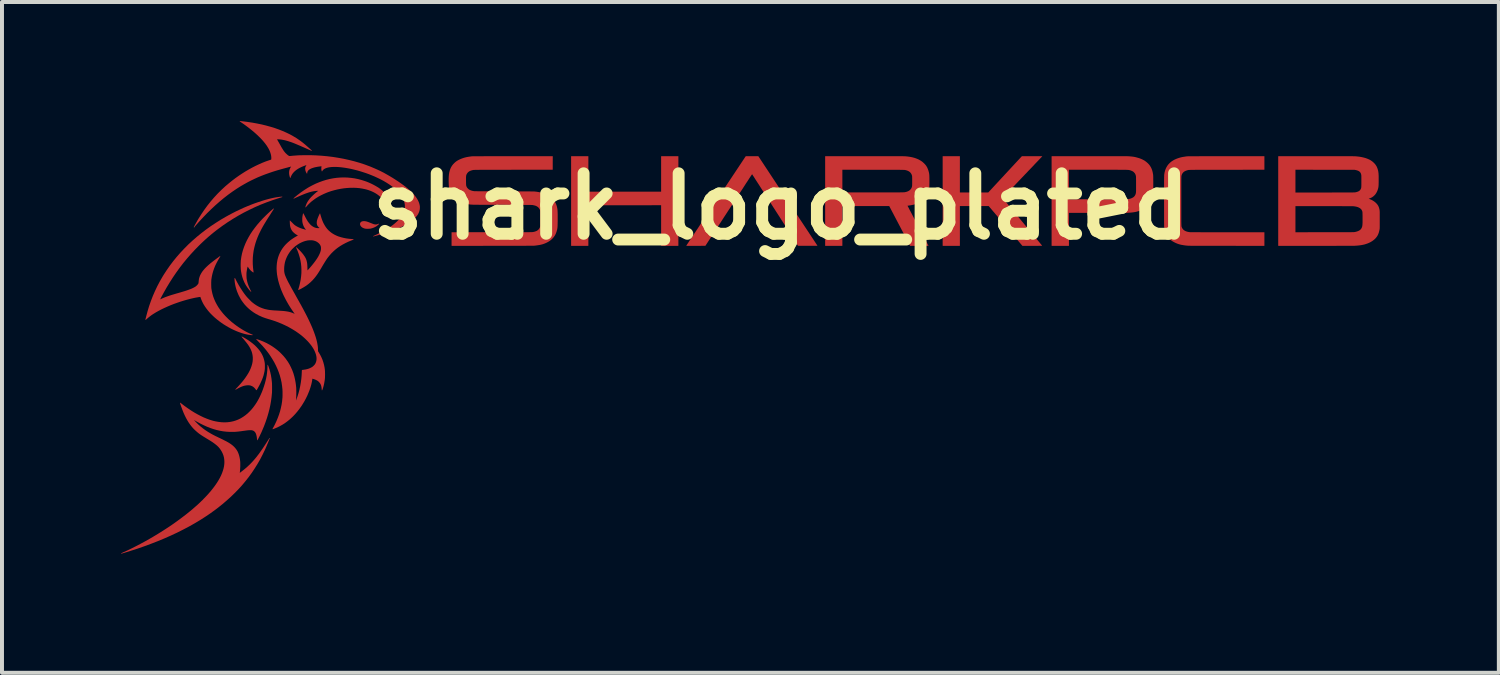
<source format=kicad_pcb>
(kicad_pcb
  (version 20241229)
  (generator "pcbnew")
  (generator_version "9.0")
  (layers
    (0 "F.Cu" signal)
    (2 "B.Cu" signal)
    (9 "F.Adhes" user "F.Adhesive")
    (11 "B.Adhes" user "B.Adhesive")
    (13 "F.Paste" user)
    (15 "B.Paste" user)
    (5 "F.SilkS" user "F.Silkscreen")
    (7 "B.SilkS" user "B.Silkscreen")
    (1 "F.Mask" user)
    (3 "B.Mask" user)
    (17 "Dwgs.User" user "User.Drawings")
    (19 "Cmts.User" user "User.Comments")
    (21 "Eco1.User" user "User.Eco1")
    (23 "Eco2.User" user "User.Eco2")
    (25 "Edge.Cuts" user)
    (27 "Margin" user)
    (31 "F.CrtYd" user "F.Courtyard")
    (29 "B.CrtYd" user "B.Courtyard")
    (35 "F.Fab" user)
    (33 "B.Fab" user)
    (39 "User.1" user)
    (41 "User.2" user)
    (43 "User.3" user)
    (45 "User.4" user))
  (footprint "shark_logo_plated"
    (layer "F.Cu")
    (at 15.851 5.451)
    (property "Reference" "shark_logo_plated" (at 0.775 -3.3 0) (layer "F.SilkS") (effects (font (size 1.524 1.524) (thickness 0.3))))
    (attr through_hole)
    (fp_poly (pts (xy -14.009 -2.78) (xy -14.011 -2.778) (xy -14.012 -2.78) (xy -14.011 -2.781) (xy -14.009 -2.78)) (stroke (width 0.01) (type solid)) (fill yes) (layer "F.SilkS"))
    (fp_poly (pts (xy -12.112 2.549) (xy -12.113 2.55) (xy -12.115 2.549) (xy -12.113 2.547) (xy -12.112 2.549)) (stroke (width 0.01) (type solid)) (fill yes) (layer "F.SilkS"))
    (pad "1" smd custom (at -14.94 -0.83) (size 0.1 0.1) (layers "F.Cu" "F.Mask") (options (anchor circle)) (primitives (gr_poly (pts (xy 3.137 -2.71) (xy 3.149 -2.71) (xy 3.14 -2.707) (xy 3.136 -2.706) (xy 3.127 -2.703) (xy 3.115 -2.7) (xy 3.1 -2.695) (xy 3.082 -2.69) (xy 3.064 -2.684) (xy 3.055 -2.681) (xy 2.902 -2.631) (xy 2.751 -2.576) (xy 2.603 -2.518) (xy 2.458 -2.455) (xy 2.316 -2.387) (xy 2.176 -2.316) (xy 2.039 -2.24) (xy 1.905 -2.16) (xy 1.773 -2.076) (xy 1.645 -1.988) (xy 1.548 -1.917) (xy 1.479 -1.865) (xy 1.412 -1.812) (xy 1.349 -1.76) (xy 1.286 -1.707) (xy 1.225 -1.653) (xy 1.163 -1.596) (xy 1.1 -1.536) (xy 1.049 -1.486) (xy 0.946 -1.381) (xy 0.846 -1.273) (xy 0.75 -1.163) (xy 0.656 -1.049) (xy 0.566 -0.932) (xy 0.479 -0.812) (xy 0.395 -0.689) (xy 0.313 -0.561) (xy 0.233 -0.429) (xy 0.156 -0.293) (xy 0.124 -0.234) (xy 0.111 -0.211) (xy 0.1 -0.19) (xy 0.09 -0.17) (xy 0.082 -0.153) (xy 0.075 -0.139) (xy 0.069 -0.129) (xy 0.066 -0.121) (xy 0.065 -0.118) (xy 0.066 -0.118) (xy 0.068 -0.119) (xy 0.074 -0.121) (xy 0.083 -0.126) (xy 0.094 -0.131) (xy 0.097 -0.132) (xy 0.126 -0.146) (xy 0.159 -0.16) (xy 0.194 -0.175) (xy 0.232 -0.189) (xy 0.274 -0.204) (xy 0.32 -0.22) (xy 0.371 -0.236) (xy 0.425 -0.252) (xy 0.463 -0.263) (xy 0.488 -0.271) (xy 0.515 -0.278) (xy 0.542 -0.286) (xy 0.569 -0.294) (xy 0.594 -0.301) (xy 0.616 -0.308) (xy 0.626 -0.311) (xy 0.681 -0.327) (xy 0.731 -0.343) (xy 0.777 -0.359) (xy 0.818 -0.374) (xy 0.856 -0.388) (xy 0.889 -0.403) (xy 0.919 -0.418) (xy 0.945 -0.432) (xy 0.963 -0.443) (xy 0.977 -0.453) (xy 0.992 -0.466) (xy 1.006 -0.479) (xy 1.019 -0.494) (xy 1.03 -0.507) (xy 1.038 -0.519) (xy 1.039 -0.521) (xy 1.042 -0.528) (xy 1.045 -0.535) (xy 1.046 -0.542) (xy 1.047 -0.551) (xy 1.048 -0.563) (xy 1.049 -0.572) (xy 1.053 -0.614) (xy 1.06 -0.655) (xy 1.072 -0.694) (xy 1.087 -0.733) (xy 1.107 -0.771) (xy 1.131 -0.811) (xy 1.132 -0.811) (xy 1.15 -0.838) (xy 1.171 -0.864) (xy 1.194 -0.891) (xy 1.22 -0.918) (xy 1.248 -0.946) (xy 1.28 -0.976) (xy 1.314 -1.006) (xy 1.352 -1.038) (xy 1.394 -1.071) (xy 1.44 -1.107) (xy 1.47 -1.129) (xy 1.495 -1.148) (xy 1.516 -1.163) (xy 1.534 -1.176) (xy 1.548 -1.187) (xy 1.56 -1.196) (xy 1.569 -1.202) (xy 1.575 -1.207) (xy 1.58 -1.21) (xy 1.583 -1.212) (xy 1.585 -1.213) (xy 1.585 -1.213) (xy 1.585 -1.213) (xy 1.584 -1.211) (xy 1.581 -1.205) (xy 1.576 -1.197) (xy 1.569 -1.186) (xy 1.565 -1.179) (xy 1.524 -1.11) (xy 1.488 -1.042) (xy 1.456 -0.976) (xy 1.429 -0.909) (xy 1.406 -0.842) (xy 1.387 -0.775) (xy 1.372 -0.707) (xy 1.361 -0.638) (xy 1.359 -0.628) (xy 1.358 -0.616) (xy 1.358 -0.6) (xy 1.357 -0.581) (xy 1.356 -0.559) (xy 1.356 -0.536) (xy 1.356 -0.512) (xy 1.356 -0.488) (xy 1.357 -0.466) (xy 1.357 -0.445) (xy 1.358 -0.428) (xy 1.359 -0.414) (xy 1.359 -0.409) (xy 1.371 -0.337) (xy 1.387 -0.266) (xy 1.407 -0.196) (xy 1.433 -0.128) (xy 1.463 -0.06) (xy 1.498 0.006) (xy 1.537 0.072) (xy 1.582 0.138) (xy 1.632 0.202) (xy 1.661 0.237) (xy 1.677 0.255) (xy 1.696 0.276) (xy 1.717 0.299) (xy 1.74 0.322) (xy 1.762 0.344) (xy 1.784 0.366) (xy 1.804 0.385) (xy 1.815 0.395) (xy 1.874 0.446) (xy 1.936 0.496) (xy 1.999 0.543) (xy 2.064 0.588) (xy 2.13 0.63) (xy 2.196 0.669) (xy 2.261 0.704) (xy 2.326 0.735) (xy 2.377 0.757) (xy 2.389 0.762) (xy 2.398 0.765) (xy 2.402 0.767) (xy 2.403 0.768) (xy 2.401 0.769) (xy 2.396 0.769) (xy 2.395 0.769) (xy 2.386 0.768) (xy 2.375 0.768) (xy 2.363 0.767) (xy 2.359 0.766) (xy 2.304 0.759) (xy 2.246 0.748) (xy 2.185 0.733) (xy 2.123 0.714) (xy 2.06 0.692) (xy 1.996 0.667) (xy 1.931 0.638) (xy 1.866 0.607) (xy 1.802 0.572) (xy 1.738 0.535) (xy 1.675 0.496) (xy 1.614 0.454) (xy 1.569 0.421) (xy 1.505 0.371) (xy 1.445 0.32) (xy 1.389 0.267) (xy 1.337 0.214) (xy 1.289 0.159) (xy 1.246 0.104) (xy 1.207 0.049) (xy 1.172 -0.007) (xy 1.143 -0.063) (xy 1.118 -0.119) (xy 1.102 -0.162) (xy 1.091 -0.195) (xy 1.08 -0.194) (xy 1.071 -0.193) (xy 1.059 -0.191) (xy 1.042 -0.189) (xy 1.024 -0.186) (xy 1.004 -0.182) (xy 0.983 -0.179) (xy 0.962 -0.175) (xy 0.943 -0.171) (xy 0.928 -0.168) (xy 0.845 -0.149) (xy 0.76 -0.127) (xy 0.675 -0.103) (xy 0.59 -0.077) (xy 0.505 -0.048) (xy 0.421 -0.018) (xy 0.339 0.014) (xy 0.259 0.048) (xy 0.181 0.083) (xy 0.106 0.119) (xy 0.035 0.156) (xy -0.031 0.193) (xy -0.075 0.22) (xy -0.117 0.246) (xy -0.156 0.273) (xy -0.193 0.301) (xy -0.227 0.328) (xy -0.257 0.354) (xy -0.273 0.368) (xy -0.282 0.377) (xy -0.288 0.382) (xy -0.291 0.385) (xy -0.292 0.384) (xy -0.292 0.383) (xy -0.291 0.379) (xy -0.289 0.371) (xy -0.287 0.359) (xy -0.283 0.344) (xy -0.279 0.327) (xy -0.274 0.309) (xy -0.273 0.304) (xy -0.238 0.173) (xy -0.199 0.043) (xy -0.154 -0.085) (xy -0.105 -0.212) (xy -0.051 -0.336) (xy 0.007 -0.458) (xy 0.07 -0.578) (xy 0.138 -0.696) (xy 0.171 -0.75) (xy 0.246 -0.865) (xy 0.325 -0.978) (xy 0.409 -1.089) (xy 0.497 -1.197) (xy 0.589 -1.302) (xy 0.686 -1.405) (xy 0.786 -1.506) (xy 0.891 -1.603) (xy 1 -1.698) (xy 1.113 -1.79) (xy 1.23 -1.88) (xy 1.35 -1.966) (xy 1.475 -2.049) (xy 1.603 -2.13) (xy 1.735 -2.207) (xy 1.806 -2.246) (xy 1.896 -2.294) (xy 1.988 -2.341) (xy 2.081 -2.385) (xy 2.174 -2.428) (xy 2.268 -2.468) (xy 2.361 -2.506) (xy 2.454 -2.541) (xy 2.546 -2.573) (xy 2.636 -2.603) (xy 2.724 -2.63) (xy 2.809 -2.653) (xy 2.892 -2.673) (xy 2.94 -2.683) (xy 2.963 -2.688) (xy 2.988 -2.692) (xy 3.014 -2.697) (xy 3.039 -2.7) (xy 3.064 -2.704) (xy 3.087 -2.707) (xy 3.107 -2.709) (xy 3.124 -2.71) (xy 3.136 -2.71)) (width 0.01) (fill yes))))
    (pad "1" smd custom (at -12.67 -2.01) (size 0.1 0.1) (layers "F.Cu" "F.Mask") (options (anchor circle)) (primitives (gr_poly (pts (xy 0.666 -1.233) (xy 0.661 -1.225) (xy 0.654 -1.214) (xy 0.645 -1.199) (xy 0.634 -1.181) (xy 0.621 -1.161) (xy 0.607 -1.139) (xy 0.592 -1.116) (xy 0.577 -1.091) (xy 0.561 -1.066) (xy 0.554 -1.055) (xy 0.526 -1.013) (xy 0.501 -0.973) (xy 0.479 -0.938) (xy 0.459 -0.905) (xy 0.44 -0.874) (xy 0.423 -0.846) (xy 0.407 -0.819) (xy 0.392 -0.793) (xy 0.378 -0.768) (xy 0.364 -0.743) (xy 0.351 -0.718) (xy 0.337 -0.692) (xy 0.333 -0.683) (xy 0.291 -0.598) (xy 0.254 -0.513) (xy 0.222 -0.428) (xy 0.195 -0.344) (xy 0.173 -0.26) (xy 0.155 -0.176) (xy 0.143 -0.091) (xy 0.135 -0.007) (xy 0.132 0.079) (xy 0.133 0.165) (xy 0.139 0.252) (xy 0.149 0.334) (xy 0.151 0.346) (xy 0.152 0.357) (xy 0.153 0.364) (xy 0.153 0.368) (xy 0.153 0.369) (xy 0.15 0.368) (xy 0.145 0.365) (xy 0.136 0.359) (xy 0.127 0.352) (xy 0.116 0.344) (xy 0.106 0.336) (xy 0.096 0.328) (xy 0.091 0.322) (xy 0.074 0.305) (xy 0.058 0.286) (xy 0.042 0.265) (xy 0.026 0.24) (xy 0.024 0.237) (xy 0.009 0.214) (xy 0.007 0.221) (xy 0.002 0.235) (xy -0.003 0.252) (xy -0.008 0.273) (xy -0.012 0.296) (xy -0.016 0.319) (xy -0.02 0.342) (xy -0.023 0.364) (xy -0.024 0.37) (xy -0.025 0.386) (xy -0.026 0.406) (xy -0.026 0.428) (xy -0.026 0.452) (xy -0.025 0.475) (xy -0.024 0.498) (xy -0.023 0.518) (xy -0.021 0.535) (xy -0.02 0.542) (xy -0.01 0.594) (xy 0.004 0.646) (xy 0.021 0.697) (xy 0.042 0.75) (xy 0.067 0.803) (xy 0.081 0.831) (xy 0.087 0.841) (xy 0.091 0.849) (xy 0.094 0.855) (xy 0.094 0.857) (xy 0.092 0.855) (xy 0.088 0.85) (xy 0.081 0.843) (xy 0.074 0.835) (xy 0.034 0.788) (xy -0.003 0.737) (xy -0.037 0.684) (xy -0.066 0.629) (xy -0.074 0.611) (xy -0.1 0.55) (xy -0.121 0.487) (xy -0.138 0.422) (xy -0.151 0.354) (xy -0.157 0.307) (xy -0.159 0.288) (xy -0.16 0.266) (xy -0.161 0.24) (xy -0.162 0.212) (xy -0.162 0.184) (xy -0.162 0.155) (xy -0.161 0.127) (xy -0.16 0.102) (xy -0.159 0.079) (xy -0.157 0.063) (xy -0.145 -0.019) (xy -0.128 -0.102) (xy -0.106 -0.183) (xy -0.078 -0.265) (xy -0.046 -0.346) (xy -0.009 -0.426) (xy 0.034 -0.507) (xy 0.081 -0.587) (xy 0.133 -0.666) (xy 0.191 -0.745) (xy 0.253 -0.824) (xy 0.321 -0.903) (xy 0.393 -0.981) (xy 0.471 -1.059) (xy 0.548 -1.132) (xy 0.562 -1.145) (xy 0.577 -1.158) (xy 0.592 -1.171) (xy 0.607 -1.184) (xy 0.621 -1.197) (xy 0.634 -1.208) (xy 0.645 -1.217) (xy 0.655 -1.225) (xy 0.661 -1.23) (xy 0.665 -1.233)) (width 0.01) (fill yes))))
    (pad "1" smd custom (at -12.48 0.92) (size 0.1 0.1) (layers "F.Cu" "F.Mask") (options (anchor circle)) (primitives (gr_poly (pts (xy -0.323 -0.935) (xy -0.315 -0.931) (xy -0.307 -0.927) (xy -0.237 -0.887) (xy -0.171 -0.846) (xy -0.11 -0.803) (xy -0.054 -0.76) (xy -0.002 -0.715) (xy 0.044 -0.669) (xy 0.086 -0.622) (xy 0.124 -0.574) (xy 0.156 -0.525) (xy 0.183 -0.476) (xy 0.197 -0.446) (xy 0.215 -0.399) (xy 0.229 -0.351) (xy 0.24 -0.302) (xy 0.245 -0.271) (xy 0.246 -0.256) (xy 0.247 -0.238) (xy 0.248 -0.217) (xy 0.248 -0.195) (xy 0.248 -0.173) (xy 0.248 -0.152) (xy 0.247 -0.133) (xy 0.246 -0.119) (xy 0.239 -0.067) (xy 0.228 -0.016) (xy 0.215 0.036) (xy 0.198 0.088) (xy 0.177 0.143) (xy 0.152 0.199) (xy 0.128 0.251) (xy 0.12 0.265) (xy 0.112 0.281) (xy 0.103 0.299) (xy 0.093 0.317) (xy 0.083 0.334) (xy 0.074 0.352) (xy 0.065 0.367) (xy 0.057 0.381) (xy 0.05 0.393) (xy 0.045 0.401) (xy 0.042 0.405) (xy 0.042 0.405) (xy 0.04 0.406) (xy 0.037 0.403) (xy 0.032 0.397) (xy 0.03 0.394) (xy 0.008 0.365) (xy -0.016 0.34) (xy -0.042 0.319) (xy -0.07 0.303) (xy -0.095 0.293) (xy -0.113 0.287) (xy -0.132 0.284) (xy -0.152 0.282) (xy -0.176 0.282) (xy -0.186 0.282) (xy -0.22 0.285) (xy -0.255 0.291) (xy -0.29 0.3) (xy -0.328 0.314) (xy -0.367 0.331) (xy -0.409 0.352) (xy -0.446 0.372) (xy -0.458 0.379) (xy -0.469 0.385) (xy -0.478 0.39) (xy -0.484 0.394) (xy -0.484 0.394) (xy -0.485 0.394) (xy -0.483 0.391) (xy -0.478 0.385) (xy -0.471 0.377) (xy -0.463 0.369) (xy -0.43 0.334) (xy -0.4 0.301) (xy -0.373 0.271) (xy -0.348 0.243) (xy -0.328 0.219) (xy -0.322 0.213) (xy -0.273 0.152) (xy -0.23 0.093) (xy -0.191 0.035) (xy -0.156 -0.022) (xy -0.126 -0.078) (xy -0.101 -0.134) (xy -0.081 -0.188) (xy -0.079 -0.194) (xy -0.063 -0.248) (xy -0.052 -0.302) (xy -0.047 -0.355) (xy -0.046 -0.407) (xy -0.051 -0.459) (xy -0.06 -0.51) (xy -0.074 -0.56) (xy -0.094 -0.61) (xy -0.118 -0.659) (xy -0.128 -0.675) (xy -0.14 -0.696) (xy -0.153 -0.716) (xy -0.167 -0.737) (xy -0.183 -0.759) (xy -0.2 -0.781) (xy -0.22 -0.806) (xy -0.242 -0.833) (xy -0.267 -0.864) (xy -0.273 -0.871) (xy -0.286 -0.886) (xy -0.298 -0.9) (xy -0.309 -0.913) (xy -0.318 -0.923) (xy -0.324 -0.931) (xy -0.328 -0.936) (xy -0.329 -0.937) (xy -0.327 -0.937)) (width 0.01) (fill yes))))
    (pad "1" smd custom (at -12.42 2.05) (size 0.1 0.1) (layers "F.Cu" "F.Mask") (options (anchor circle)) (primitives (gr_poly (pts (xy 0.266 -1.35) (xy 0.269 -1.343) (xy 0.273 -1.333) (xy 0.278 -1.321) (xy 0.28 -1.316) (xy 0.304 -1.244) (xy 0.324 -1.17) (xy 0.341 -1.094) (xy 0.354 -1.014) (xy 0.364 -0.931) (xy 0.367 -0.898) (xy 0.368 -0.88) (xy 0.368 -0.858) (xy 0.369 -0.832) (xy 0.369 -0.805) (xy 0.369 -0.776) (xy 0.369 -0.747) (xy 0.369 -0.72) (xy 0.368 -0.694) (xy 0.368 -0.671) (xy 0.367 -0.653) (xy 0.357 -0.552) (xy 0.343 -0.448) (xy 0.325 -0.344) (xy 0.302 -0.238) (xy 0.274 -0.131) (xy 0.242 -0.024) (xy 0.205 0.084) (xy 0.164 0.193) (xy 0.118 0.301) (xy 0.102 0.339) (xy 0.094 0.355) (xy 0.086 0.373) (xy 0.076 0.392) (xy 0.067 0.412) (xy 0.057 0.433) (xy 0.047 0.453) (xy 0.037 0.472) (xy 0.028 0.489) (xy 0.021 0.504) (xy 0.014 0.516) (xy 0.009 0.525) (xy 0.006 0.53) (xy 0.006 0.53) (xy 0.001 0.537) (xy 0.001 0.525) (xy 0.000359 0.518) (xy -0.001 0.507) (xy -0.002 0.495) (xy -0.003 0.483) (xy -0.009 0.444) (xy -0.017 0.41) (xy -0.026 0.381) (xy -0.037 0.356) (xy -0.051 0.335) (xy -0.066 0.318) (xy -0.084 0.304) (xy -0.104 0.294) (xy -0.11 0.292) (xy -0.123 0.288) (xy -0.136 0.285) (xy -0.15 0.284) (xy -0.165 0.283) (xy -0.183 0.283) (xy -0.203 0.284) (xy -0.226 0.285) (xy -0.252 0.288) (xy -0.283 0.292) (xy -0.317 0.297) (xy -0.327 0.298) (xy -0.365 0.303) (xy -0.398 0.308) (xy -0.428 0.312) (xy -0.455 0.315) (xy -0.479 0.318) (xy -0.501 0.32) (xy -0.522 0.322) (xy -0.543 0.324) (xy -0.564 0.325) (xy -0.585 0.326) (xy -0.608 0.326) (xy -0.615 0.326) (xy -0.696 0.326) (xy -0.776 0.321) (xy -0.857 0.312) (xy -0.938 0.298) (xy -1.019 0.279) (xy -1.101 0.256) (xy -1.183 0.228) (xy -1.266 0.195) (xy -1.35 0.157) (xy -1.435 0.115) (xy -1.521 0.068) (xy -1.571 0.039) (xy -1.584 0.031) (xy -1.596 0.024) (xy -1.606 0.018) (xy -1.613 0.014) (xy -1.616 0.012) (xy -1.616 0.012) (xy -1.615 0.014) (xy -1.612 0.019) (xy -1.606 0.026) (xy -1.6 0.032) (xy -1.546 0.091) (xy -1.49 0.146) (xy -1.433 0.197) (xy -1.372 0.246) (xy -1.309 0.292) (xy -1.242 0.336) (xy -1.171 0.378) (xy -1.146 0.392) (xy -1.13 0.401) (xy -1.113 0.41) (xy -1.095 0.419) (xy -1.076 0.429) (xy -1.055 0.44) (xy -1.031 0.451) (xy -1.004 0.464) (xy -0.974 0.479) (xy -0.94 0.495) (xy -0.915 0.507) (xy -0.877 0.525) (xy -0.844 0.542) (xy -0.815 0.557) (xy -0.788 0.57) (xy -0.765 0.583) (xy -0.743 0.595) (xy -0.724 0.606) (xy -0.706 0.617) (xy -0.661 0.647) (xy -0.62 0.679) (xy -0.584 0.712) (xy -0.552 0.748) (xy -0.524 0.786) (xy -0.5 0.826) (xy -0.48 0.87) (xy -0.464 0.916) (xy -0.451 0.966) (xy -0.441 1.019) (xy -0.434 1.076) (xy -0.433 1.087) (xy -0.432 1.111) (xy -0.432 1.14) (xy -0.432 1.172) (xy -0.432 1.205) (xy -0.434 1.239) (xy -0.436 1.273) (xy -0.438 1.305) (xy -0.441 1.335) (xy -0.444 1.356) (xy -0.445 1.364) (xy -0.445 1.37) (xy -0.445 1.373) (xy -0.443 1.372) (xy -0.437 1.368) (xy -0.429 1.362) (xy -0.418 1.354) (xy -0.406 1.344) (xy -0.392 1.334) (xy -0.377 1.323) (xy -0.363 1.311) (xy -0.349 1.3) (xy -0.336 1.29) (xy -0.325 1.281) (xy -0.323 1.28) (xy -0.282 1.245) (xy -0.242 1.21) (xy -0.204 1.174) (xy -0.168 1.139) (xy -0.137 1.107) (xy -0.107 1.075) (xy -0.077 1.041) (xy -0.047 1.006) (xy -0.016 0.968) (xy 0.014 0.929) (xy 0.046 0.888) (xy 0.078 0.843) (xy 0.111 0.796) (xy 0.146 0.746) (xy 0.182 0.691) (xy 0.22 0.633) (xy 0.26 0.571) (xy 0.262 0.568) (xy 0.272 0.552) (xy 0.282 0.537) (xy 0.29 0.524) (xy 0.297 0.514) (xy 0.302 0.507) (xy 0.304 0.504) (xy 0.305 0.503) (xy 0.304 0.506) (xy 0.302 0.513) (xy 0.298 0.524) (xy 0.292 0.538) (xy 0.286 0.554) (xy 0.278 0.574) (xy 0.27 0.595) (xy 0.26 0.617) (xy 0.25 0.64) (xy 0.24 0.664) (xy 0.23 0.688) (xy 0.22 0.712) (xy 0.21 0.734) (xy 0.201 0.756) (xy 0.192 0.775) (xy 0.187 0.786) (xy 0.129 0.906) (xy 0.068 1.024) (xy 0.002 1.138) (xy -0.068 1.25) (xy -0.141 1.36) (xy -0.219 1.467) (xy -0.301 1.571) (xy -0.387 1.674) (xy -0.478 1.774) (xy -0.573 1.871) (xy -0.672 1.967) (xy -0.777 2.061) (xy -0.885 2.153) (xy -0.999 2.244) (xy -1.004 2.248) (xy -1.057 2.288) (xy -1.114 2.329) (xy -1.173 2.372) (xy -1.234 2.414) (xy -1.295 2.455) (xy -1.355 2.494) (xy -1.413 2.531) (xy -1.437 2.546) (xy -1.453 2.556) (xy -1.469 2.565) (xy -1.483 2.574) (xy -1.495 2.581) (xy -1.505 2.587) (xy -1.509 2.59) (xy -1.516 2.594) (xy -1.526 2.6) (xy -1.539 2.607) (xy -1.553 2.616) (xy -1.569 2.625) (xy -1.582 2.633) (xy -1.724 2.713) (xy -1.871 2.79) (xy -2.022 2.866) (xy -2.178 2.939) (xy -2.339 3.01) (xy -2.503 3.078) (xy -2.672 3.144) (xy -2.845 3.208) (xy -3.023 3.27) (xy -3.205 3.328) (xy -3.339 3.37) (xy -3.362 3.377) (xy -3.381 3.382) (xy -3.395 3.387) (xy -3.407 3.39) (xy -3.415 3.392) (xy -3.42 3.394) (xy -3.424 3.395) (xy -3.426 3.395) (xy -3.426 3.395) (xy -3.426 3.395) (xy -3.426 3.395) (xy -3.425 3.395) (xy -3.423 3.393) (xy -3.416 3.39) (xy -3.407 3.386) (xy -3.395 3.38) (xy -3.387 3.376) (xy -3.278 3.327) (xy -3.168 3.274) (xy -3.055 3.217) (xy -2.942 3.158) (xy -2.827 3.096) (xy -2.713 3.032) (xy -2.6 2.966) (xy -2.488 2.898) (xy -2.379 2.83) (xy -2.297 2.777) (xy -2.207 2.718) (xy -2.119 2.658) (xy -2.032 2.596) (xy -1.947 2.534) (xy -1.865 2.472) (xy -1.784 2.41) (xy -1.707 2.348) (xy -1.633 2.287) (xy -1.563 2.226) (xy -1.496 2.167) (xy -1.434 2.109) (xy -1.429 2.104) (xy -1.417 2.092) (xy -1.406 2.081) (xy -1.395 2.071) (xy -1.386 2.063) (xy -1.381 2.058) (xy -1.375 2.052) (xy -1.366 2.043) (xy -1.355 2.031) (xy -1.342 2.017) (xy -1.327 2.002) (xy -1.311 1.986) (xy -1.295 1.969) (xy -1.279 1.952) (xy -1.264 1.936) (xy -1.25 1.921) (xy -1.238 1.908) (xy -1.228 1.897) (xy -1.225 1.893) (xy -1.165 1.824) (xy -1.11 1.755) (xy -1.06 1.688) (xy -1.015 1.623) (xy -0.974 1.558) (xy -0.938 1.494) (xy -0.907 1.432) (xy -0.881 1.371) (xy -0.86 1.311) (xy -0.843 1.253) (xy -0.831 1.196) (xy -0.824 1.14) (xy -0.822 1.085) (xy -0.825 1.032) (xy -0.832 0.98) (xy -0.845 0.93) (xy -0.85 0.914) (xy -0.867 0.871) (xy -0.888 0.828) (xy -0.913 0.787) (xy -0.941 0.747) (xy -0.972 0.71) (xy -1.006 0.677) (xy -1.02 0.665) (xy -1.038 0.65) (xy -1.056 0.636) (xy -1.074 0.622) (xy -1.093 0.608) (xy -1.114 0.593) (xy -1.136 0.578) (xy -1.161 0.562) (xy -1.188 0.545) (xy -1.219 0.526) (xy -1.254 0.505) (xy -1.271 0.495) (xy -1.302 0.475) (xy -1.331 0.458) (xy -1.355 0.443) (xy -1.377 0.429) (xy -1.397 0.416) (xy -1.415 0.404) (xy -1.431 0.393) (xy -1.447 0.382) (xy -1.463 0.37) (xy -1.466 0.368) (xy -1.514 0.329) (xy -1.56 0.288) (xy -1.604 0.245) (xy -1.645 0.198) (xy -1.684 0.148) (xy -1.722 0.094) (xy -1.757 0.037) (xy -1.791 -0.024) (xy -1.823 -0.089) (xy -1.854 -0.158) (xy -1.883 -0.232) (xy -1.912 -0.31) (xy -1.918 -0.328) (xy -1.924 -0.346) (xy -1.93 -0.363) (xy -1.934 -0.376) (xy -1.938 -0.388) (xy -1.94 -0.395) (xy -1.941 -0.399) (xy -1.941 -0.399) (xy -1.939 -0.398) (xy -1.933 -0.394) (xy -1.925 -0.388) (xy -1.915 -0.38) (xy -1.911 -0.377) (xy -1.83 -0.315) (xy -1.748 -0.257) (xy -1.668 -0.203) (xy -1.588 -0.153) (xy -1.508 -0.108) (xy -1.43 -0.067) (xy -1.353 -0.03) (xy -1.278 0.001) (xy -1.204 0.029) (xy -1.189 0.033) (xy -1.115 0.056) (xy -1.041 0.073) (xy -0.97 0.085) (xy -0.899 0.093) (xy -0.83 0.096) (xy -0.762 0.094) (xy -0.696 0.087) (xy -0.651 0.079) (xy -0.594 0.066) (xy -0.536 0.048) (xy -0.48 0.026) (xy -0.426 0.000314) (xy -0.407 -0.01) (xy -0.35 -0.045) (xy -0.294 -0.085) (xy -0.24 -0.129) (xy -0.189 -0.178) (xy -0.139 -0.231) (xy -0.092 -0.289) (xy -0.046 -0.352) (xy -0.003 -0.418) (xy 0.037 -0.489) (xy 0.063 -0.539) (xy 0.094 -0.605) (xy 0.123 -0.672) (xy 0.15 -0.742) (xy 0.174 -0.812) (xy 0.196 -0.883) (xy 0.215 -0.954) (xy 0.231 -1.024) (xy 0.244 -1.093) (xy 0.253 -1.161) (xy 0.26 -1.226) (xy 0.263 -1.288) (xy 0.263 -1.301) (xy 0.263 -1.317) (xy 0.263 -1.331) (xy 0.264 -1.342) (xy 0.264 -1.35) (xy 0.265 -1.353) (xy 0.265 -1.354)) (width 0.01) (fill yes))))
    (pad "1" smd custom (at -11.85 -4.47) (size 0.1 0.1) (layers "F.Cu" "F.Mask") (options (anchor circle)) (primitives (gr_poly (pts (xy -1.003 -0.976) (xy -0.996 -0.976) (xy -0.985 -0.975) (xy -0.971 -0.973) (xy -0.954 -0.971) (xy -0.936 -0.969) (xy -0.916 -0.967) (xy -0.896 -0.964) (xy -0.876 -0.962) (xy -0.856 -0.959) (xy -0.838 -0.957) (xy -0.822 -0.955) (xy -0.696 -0.936) (xy -0.575 -0.914) (xy -0.457 -0.89) (xy -0.344 -0.862) (xy -0.235 -0.832) (xy -0.13 -0.8) (xy -0.029 -0.764) (xy 0.068 -0.726) (xy 0.161 -0.685) (xy 0.25 -0.642) (xy 0.335 -0.595) (xy 0.417 -0.546) (xy 0.494 -0.493) (xy 0.528 -0.469) (xy 0.549 -0.453) (xy 0.57 -0.437) (xy 0.591 -0.42) (xy 0.613 -0.402) (xy 0.636 -0.383) (xy 0.66 -0.362) (xy 0.686 -0.339) (xy 0.716 -0.313) (xy 0.732 -0.299) (xy 0.746 -0.286) (xy 0.759 -0.274) (xy 0.772 -0.263) (xy 0.782 -0.254) (xy 0.79 -0.247) (xy 0.793 -0.244) (xy 0.796 -0.242) (xy 0.799 -0.24) (xy 0.801 -0.238) (xy 0.802 -0.237) (xy 0.802 -0.236) (xy 0.8 -0.236) (xy 0.797 -0.237) (xy 0.791 -0.239) (xy 0.783 -0.243) (xy 0.773 -0.247) (xy 0.76 -0.253) (xy 0.744 -0.26) (xy 0.724 -0.269) (xy 0.701 -0.279) (xy 0.673 -0.291) (xy 0.642 -0.305) (xy 0.618 -0.316) (xy 0.567 -0.338) (xy 0.52 -0.359) (xy 0.477 -0.377) (xy 0.437 -0.394) (xy 0.401 -0.409) (xy 0.368 -0.423) (xy 0.337 -0.435) (xy 0.308 -0.446) (xy 0.281 -0.456) (xy 0.255 -0.464) (xy 0.236 -0.471) (xy 0.18 -0.488) (xy 0.127 -0.502) (xy 0.078 -0.512) (xy 0.033 -0.52) (xy -0.01 -0.524) (xy -0.048 -0.526) (xy -0.081 -0.526) (xy -0.065 -0.5) (xy -0.06 -0.491) (xy -0.053 -0.479) (xy -0.045 -0.464) (xy -0.035 -0.447) (xy -0.024 -0.428) (xy -0.013 -0.408) (xy -0.003 -0.39) (xy 0.016 -0.356) (xy 0.033 -0.325) (xy 0.049 -0.299) (xy 0.063 -0.276) (xy 0.076 -0.255) (xy 0.088 -0.237) (xy 0.099 -0.22) (xy 0.111 -0.206) (xy 0.122 -0.192) (xy 0.134 -0.178) (xy 0.146 -0.165) (xy 0.151 -0.161) (xy 0.175 -0.138) (xy 0.197 -0.119) (xy 0.218 -0.105) (xy 0.23 -0.098) (xy 0.234 -0.096) (xy 0.238 -0.095) (xy 0.242 -0.095) (xy 0.249 -0.095) (xy 0.258 -0.095) (xy 0.272 -0.097) (xy 0.28 -0.097) (xy 0.325 -0.102) (xy 0.368 -0.105) (xy 0.409 -0.108) (xy 0.45 -0.111) (xy 0.491 -0.113) (xy 0.535 -0.114) (xy 0.581 -0.115) (xy 0.629 -0.116) (xy 0.771 -0.116) (xy 0.913 -0.111) (xy 1.054 -0.102) (xy 1.195 -0.089) (xy 1.334 -0.072) (xy 1.472 -0.05) (xy 1.609 -0.025) (xy 1.743 0.005) (xy 1.875 0.038) (xy 2.004 0.075) (xy 2.13 0.116) (xy 2.152 0.124) (xy 2.273 0.169) (xy 2.39 0.218) (xy 2.505 0.27) (xy 2.618 0.327) (xy 2.728 0.389) (xy 2.754 0.404) (xy 2.836 0.453) (xy 2.913 0.502) (xy 2.985 0.549) (xy 3.053 0.596) (xy 3.116 0.642) (xy 3.174 0.686) (xy 3.227 0.73) (xy 3.276 0.773) (xy 3.319 0.815) (xy 3.35 0.847) (xy 3.389 0.891) (xy 3.423 0.935) (xy 3.452 0.977) (xy 3.476 1.019) (xy 3.495 1.06) (xy 3.509 1.1) (xy 3.519 1.14) (xy 3.524 1.179) (xy 3.523 1.217) (xy 3.519 1.255) (xy 3.509 1.293) (xy 3.499 1.319) (xy 3.487 1.346) (xy 3.474 1.37) (xy 3.457 1.395) (xy 3.438 1.419) (xy 3.415 1.445) (xy 3.397 1.464) (xy 3.361 1.497) (xy 3.322 1.53) (xy 3.279 1.561) (xy 3.232 1.592) (xy 3.18 1.623) (xy 3.124 1.653) (xy 3.064 1.683) (xy 2.999 1.712) (xy 2.929 1.741) (xy 2.855 1.769) (xy 2.776 1.798) (xy 2.692 1.826) (xy 2.608 1.852) (xy 2.593 1.857) (xy 2.576 1.862) (xy 2.557 1.867) (xy 2.536 1.873) (xy 2.514 1.88) (xy 2.491 1.886) (xy 2.468 1.892) (xy 2.446 1.899) (xy 2.425 1.904) (xy 2.406 1.909) (xy 2.389 1.914) (xy 2.375 1.918) (xy 2.364 1.921) (xy 2.357 1.922) (xy 2.354 1.923) (xy 2.356 1.922) (xy 2.361 1.919) (xy 2.37 1.915) (xy 2.381 1.91) (xy 2.387 1.907) (xy 2.408 1.897) (xy 2.433 1.886) (xy 2.46 1.873) (xy 2.489 1.858) (xy 2.518 1.843) (xy 2.548 1.828) (xy 2.576 1.814) (xy 2.602 1.8) (xy 2.626 1.787) (xy 2.642 1.778) (xy 2.712 1.737) (xy 2.776 1.695) (xy 2.836 1.653) (xy 2.89 1.611) (xy 2.939 1.568) (xy 2.984 1.525) (xy 3.023 1.482) (xy 3.057 1.439) (xy 3.086 1.395) (xy 3.11 1.351) (xy 3.129 1.307) (xy 3.136 1.288) (xy 3.147 1.244) (xy 3.154 1.2) (xy 3.156 1.156) (xy 3.152 1.112) (xy 3.144 1.068) (xy 3.13 1.024) (xy 3.112 0.979) (xy 3.107 0.969) (xy 3.084 0.927) (xy 3.056 0.884) (xy 3.023 0.842) (xy 2.986 0.799) (xy 2.944 0.757) (xy 2.898 0.716) (xy 2.848 0.675) (xy 2.825 0.657) (xy 2.762 0.613) (xy 2.695 0.57) (xy 2.624 0.528) (xy 2.548 0.487) (xy 2.468 0.448) (xy 2.386 0.41) (xy 2.313 0.38) (xy 2.24 0.351) (xy 2.168 0.325) (xy 2.094 0.301) (xy 2.021 0.278) (xy 1.948 0.257) (xy 1.876 0.239) (xy 1.805 0.222) (xy 1.735 0.208) (xy 1.667 0.196) (xy 1.601 0.186) (xy 1.536 0.178) (xy 1.475 0.173) (xy 1.416 0.17) (xy 1.361 0.17) (xy 1.309 0.172) (xy 1.261 0.177) (xy 1.24 0.18) (xy 1.203 0.188) (xy 1.169 0.198) (xy 1.14 0.21) (xy 1.114 0.224) (xy 1.093 0.241) (xy 1.077 0.258) (xy 1.069 0.27) (xy 1.062 0.283) (xy 1.056 0.264) (xy 1.052 0.247) (xy 1.05 0.227) (xy 1.05 0.206) (xy 1.052 0.185) (xy 1.053 0.173) (xy 1.055 0.164) (xy 1.056 0.157) (xy 1.056 0.154) (xy 1.056 0.154) (xy 1.053 0.153) (xy 1.046 0.154) (xy 1.035 0.155) (xy 1.022 0.156) (xy 1.007 0.158) (xy 0.992 0.16) (xy 0.976 0.162) (xy 0.961 0.165) (xy 0.957 0.165) (xy 0.909 0.174) (xy 0.865 0.184) (xy 0.826 0.196) (xy 0.791 0.209) (xy 0.762 0.223) (xy 0.737 0.239) (xy 0.717 0.256) (xy 0.702 0.274) (xy 0.692 0.294) (xy 0.686 0.315) (xy 0.686 0.32) (xy 0.684 0.339) (xy 0.677 0.328) (xy 0.661 0.298) (xy 0.65 0.269) (xy 0.645 0.241) (xy 0.643 0.215) (xy 0.647 0.189) (xy 0.656 0.165) (xy 0.67 0.141) (xy 0.675 0.133) (xy 0.688 0.117) (xy 0.654 0.129) (xy 0.598 0.149) (xy 0.546 0.171) (xy 0.499 0.194) (xy 0.456 0.218) (xy 0.418 0.243) (xy 0.412 0.247) (xy 0.376 0.277) (xy 0.344 0.308) (xy 0.316 0.342) (xy 0.293 0.378) (xy 0.275 0.416) (xy 0.269 0.432) (xy 0.263 0.448) (xy 0.255 0.425) (xy 0.245 0.387) (xy 0.239 0.35) (xy 0.238 0.314) (xy 0.241 0.279) (xy 0.249 0.247) (xy 0.251 0.24) (xy 0.26 0.219) (xy 0.271 0.197) (xy 0.283 0.177) (xy 0.286 0.173) (xy 0.291 0.166) (xy 0.294 0.16) (xy 0.295 0.158) (xy 0.295 0.158) (xy 0.292 0.158) (xy 0.285 0.16) (xy 0.274 0.163) (xy 0.26 0.167) (xy 0.243 0.171) (xy 0.224 0.176) (xy 0.203 0.182) (xy 0.181 0.188) (xy 0.158 0.194) (xy 0.136 0.2) (xy 0.114 0.206) (xy 0.093 0.211) (xy 0.074 0.217) (xy 0.057 0.221) (xy 0.044 0.225) (xy -0.065 0.256) (xy -0.169 0.288) (xy -0.269 0.322) (xy -0.365 0.356) (xy -0.458 0.392) (xy -0.549 0.429) (xy -0.636 0.469) (xy -0.722 0.51) (xy -0.806 0.553) (xy -0.889 0.599) (xy -0.972 0.647) (xy -0.981 0.652) (xy -1.089 0.72) (xy -1.197 0.793) (xy -1.305 0.871) (xy -1.412 0.954) (xy -1.519 1.043) (xy -1.625 1.136) (xy -1.73 1.234) (xy -1.836 1.337) (xy -1.94 1.446) (xy -2.045 1.559) (xy -2.116 1.639) (xy -2.127 1.652) (xy -2.137 1.664) (xy -2.146 1.673) (xy -2.153 1.681) (xy -2.157 1.685) (xy -2.158 1.686) (xy -2.158 1.684) (xy -2.155 1.678) (xy -2.151 1.669) (xy -2.144 1.656) (xy -2.136 1.641) (xy -2.127 1.624) (xy -2.116 1.605) (xy -2.105 1.585) (xy -2.093 1.565) (xy -2.082 1.544) (xy -2.07 1.523) (xy -2.058 1.503) (xy -2.047 1.484) (xy -2.044 1.479) (xy -1.973 1.367) (xy -1.898 1.257) (xy -1.82 1.15) (xy -1.737 1.046) (xy -1.651 0.946) (xy -1.561 0.849) (xy -1.467 0.756) (xy -1.37 0.666) (xy -1.269 0.581) (xy -1.193 0.52) (xy -1.114 0.46) (xy -1.032 0.402) (xy -0.948 0.346) (xy -0.864 0.293) (xy -0.778 0.243) (xy -0.693 0.196) (xy -0.607 0.152) (xy -0.522 0.112) (xy -0.438 0.075) (xy -0.355 0.042) (xy -0.274 0.014) (xy -0.263 0.01) (xy -0.249 0.006) (xy -0.237 0.002) (xy -0.227 -0.002) (xy -0.22 -0.004) (xy -0.217 -0.005) (xy -0.215 -0.007) (xy -0.213 -0.01) (xy -0.212 -0.015) (xy -0.211 -0.024) (xy -0.21 -0.03) (xy -0.21 -0.067) (xy -0.214 -0.107) (xy -0.223 -0.148) (xy -0.236 -0.19) (xy -0.253 -0.234) (xy -0.275 -0.279) (xy -0.301 -0.324) (xy -0.331 -0.371) (xy -0.365 -0.417) (xy -0.372 -0.426) (xy -0.404 -0.465) (xy -0.44 -0.507) (xy -0.48 -0.549) (xy -0.523 -0.592) (xy -0.568 -0.635) (xy -0.615 -0.678) (xy -0.646 -0.705) (xy -0.684 -0.737) (xy -0.726 -0.771) (xy -0.77 -0.806) (xy -0.816 -0.841) (xy -0.863 -0.876) (xy -0.91 -0.91) (xy -0.956 -0.941) (xy -0.979 -0.957) (xy -0.989 -0.964) (xy -0.998 -0.97) (xy -1.003 -0.974) (xy -1.006 -0.976) (xy -1.006 -0.976)) (width 0.01) (fill yes))))
    (pad "1" smd custom (at -10.59 -2.42) (size 0.1 0.1) (layers "F.Cu" "F.Mask") (options (anchor circle)) (primitives (gr_poly (pts (xy -0.669 -0.699) (xy -0.666 -0.693) (xy -0.661 -0.683) (xy -0.654 -0.671) (xy -0.646 -0.657) (xy -0.638 -0.64) (xy -0.635 -0.635) (xy -0.622 -0.609) (xy -0.61 -0.587) (xy -0.6 -0.568) (xy -0.591 -0.552) (xy -0.582 -0.537) (xy -0.574 -0.523) (xy -0.565 -0.509) (xy -0.557 -0.496) (xy -0.529 -0.459) (xy -0.501 -0.426) (xy -0.471 -0.397) (xy -0.44 -0.374) (xy -0.408 -0.355) (xy -0.376 -0.341) (xy -0.342 -0.332) (xy -0.308 -0.328) (xy -0.298 -0.328) (xy -0.283 -0.328) (xy -0.27 -0.329) (xy -0.259 -0.33) (xy -0.251 -0.331) (xy -0.247 -0.333) (xy -0.247 -0.333) (xy -0.249 -0.335) (xy -0.254 -0.339) (xy -0.259 -0.343) (xy -0.272 -0.353) (xy -0.285 -0.365) (xy -0.297 -0.38) (xy -0.307 -0.394) (xy -0.31 -0.4) (xy -0.319 -0.422) (xy -0.324 -0.446) (xy -0.325 -0.471) (xy -0.323 -0.499) (xy -0.317 -0.53) (xy -0.307 -0.563) (xy -0.301 -0.58) (xy -0.293 -0.6) (xy -0.284 -0.622) (xy -0.275 -0.644) (xy -0.265 -0.664) (xy -0.257 -0.682) (xy -0.256 -0.684) (xy -0.249 -0.697) (xy -0.238 -0.657) (xy -0.225 -0.613) (xy -0.212 -0.573) (xy -0.199 -0.536) (xy -0.185 -0.501) (xy -0.17 -0.467) (xy -0.162 -0.451) (xy -0.134 -0.4) (xy -0.104 -0.353) (xy -0.07 -0.309) (xy -0.033 -0.27) (xy 0.008 -0.234) (xy 0.052 -0.201) (xy 0.1 -0.172) (xy 0.12 -0.161) (xy 0.143 -0.15) (xy 0.164 -0.14) (xy 0.185 -0.131) (xy 0.207 -0.122) (xy 0.233 -0.113) (xy 0.238 -0.112) (xy 0.291 -0.096) (xy 0.348 -0.082) (xy 0.407 -0.07) (xy 0.47 -0.061) (xy 0.534 -0.055) (xy 0.553 -0.053) (xy 0.567 -0.052) (xy 0.579 -0.051) (xy 0.588 -0.05) (xy 0.593 -0.049) (xy 0.594 -0.048) (xy 0.594 -0.048) (xy 0.591 -0.047) (xy 0.583 -0.044) (xy 0.572 -0.039) (xy 0.559 -0.034) (xy 0.544 -0.028) (xy 0.535 -0.025) (xy 0.458 0.007) (xy 0.386 0.042) (xy 0.317 0.079) (xy 0.253 0.118) (xy 0.192 0.16) (xy 0.135 0.205) (xy 0.082 0.253) (xy 0.031 0.304) (xy -0.017 0.359) (xy -0.044 0.393) (xy -0.058 0.411) (xy -0.072 0.43) (xy -0.086 0.45) (xy -0.1 0.472) (xy -0.115 0.495) (xy -0.131 0.521) (xy -0.149 0.55) (xy -0.169 0.582) (xy -0.19 0.618) (xy -0.202 0.638) (xy -0.219 0.668) (xy -0.235 0.694) (xy -0.249 0.717) (xy -0.261 0.737) (xy -0.272 0.755) (xy -0.283 0.772) (xy -0.293 0.788) (xy -0.303 0.803) (xy -0.311 0.816) (xy -0.354 0.876) (xy -0.398 0.931) (xy -0.444 0.982) (xy -0.493 1.029) (xy -0.544 1.073) (xy -0.599 1.114) (xy -0.658 1.151) (xy -0.721 1.187) (xy -0.742 1.198) (xy -0.756 1.205) (xy -0.769 1.211) (xy -0.78 1.216) (xy -0.787 1.22) (xy -0.791 1.221) (xy -0.791 1.221) (xy -0.793 1.219) (xy -0.792 1.217) (xy -0.788 1.206) (xy -0.784 1.192) (xy -0.779 1.175) (xy -0.773 1.155) (xy -0.767 1.133) (xy -0.761 1.111) (xy -0.756 1.09) (xy -0.751 1.069) (xy -0.747 1.051) (xy -0.73 0.967) (xy -0.719 0.884) (xy -0.712 0.802) (xy -0.711 0.721) (xy -0.714 0.641) (xy -0.722 0.562) (xy -0.735 0.483) (xy -0.754 0.404) (xy -0.777 0.325) (xy -0.805 0.247) (xy -0.834 0.18) (xy -0.846 0.152) (xy -0.822 0.174) (xy -0.79 0.205) (xy -0.759 0.236) (xy -0.729 0.268) (xy -0.702 0.299) (xy -0.677 0.329) (xy -0.656 0.359) (xy -0.637 0.386) (xy -0.622 0.412) (xy -0.617 0.421) (xy -0.606 0.445) (xy -0.597 0.468) (xy -0.59 0.491) (xy -0.584 0.516) (xy -0.579 0.542) (xy -0.575 0.57) (xy -0.573 0.601) (xy -0.571 0.636) (xy -0.57 0.666) (xy -0.57 0.685) (xy -0.569 0.703) (xy -0.569 0.718) (xy -0.568 0.73) (xy -0.568 0.738) (xy -0.567 0.743) (xy -0.567 0.743) (xy -0.565 0.741) (xy -0.56 0.736) (xy -0.552 0.728) (xy -0.543 0.718) (xy -0.532 0.706) (xy -0.525 0.698) (xy -0.475 0.642) (xy -0.43 0.587) (xy -0.389 0.535) (xy -0.352 0.485) (xy -0.32 0.438) (xy -0.292 0.393) (xy -0.269 0.35) (xy -0.25 0.309) (xy -0.235 0.271) (xy -0.224 0.234) (xy -0.223 0.227) (xy -0.22 0.21) (xy -0.219 0.191) (xy -0.218 0.172) (xy -0.219 0.153) (xy -0.221 0.138) (xy -0.222 0.132) (xy -0.232 0.104) (xy -0.246 0.079) (xy -0.265 0.055) (xy -0.287 0.034) (xy -0.313 0.015) (xy -0.342 -0.002) (xy -0.374 -0.015) (xy -0.409 -0.025) (xy -0.42 -0.028) (xy -0.436 -0.03) (xy -0.456 -0.032) (xy -0.478 -0.032) (xy -0.501 -0.032) (xy -0.524 -0.031) (xy -0.546 -0.029) (xy -0.565 -0.027) (xy -0.567 -0.026) (xy -0.621 -0.014) (xy -0.674 0.004) (xy -0.725 0.026) (xy -0.776 0.052) (xy -0.824 0.083) (xy -0.871 0.117) (xy -0.914 0.155) (xy -0.956 0.196) (xy -0.994 0.24) (xy -1.028 0.287) (xy -1.059 0.337) (xy -1.076 0.368) (xy -1.101 0.422) (xy -1.121 0.475) (xy -1.137 0.529) (xy -1.147 0.585) (xy -1.154 0.642) (xy -1.156 0.678) (xy -1.156 0.71) (xy -1.156 0.739) (xy -1.154 0.765) (xy -1.15 0.79) (xy -1.145 0.814) (xy -1.138 0.839) (xy -1.129 0.865) (xy -1.117 0.893) (xy -1.106 0.919) (xy -1.099 0.934) (xy -1.092 0.949) (xy -1.084 0.965) (xy -1.076 0.983) (xy -1.067 1.001) (xy -1.057 1.02) (xy -1.046 1.042) (xy -1.033 1.065) (xy -1.019 1.091) (xy -1.004 1.119) (xy -0.987 1.15) (xy -0.969 1.183) (xy -0.948 1.22) (xy -0.925 1.261) (xy -0.9 1.305) (xy -0.873 1.354) (xy -0.864 1.37) (xy -0.847 1.401) (xy -0.83 1.431) (xy -0.813 1.462) (xy -0.796 1.491) (xy -0.78 1.519) (xy -0.766 1.546) (xy -0.752 1.57) (xy -0.74 1.591) (xy -0.73 1.609) (xy -0.722 1.623) (xy -0.72 1.628) (xy -0.672 1.716) (xy -0.628 1.8) (xy -0.586 1.881) (xy -0.548 1.958) (xy -0.513 2.032) (xy -0.481 2.102) (xy -0.451 2.17) (xy -0.425 2.235) (xy -0.401 2.297) (xy -0.38 2.357) (xy -0.361 2.414) (xy -0.345 2.469) (xy -0.332 2.521) (xy -0.321 2.572) (xy -0.313 2.621) (xy -0.309 2.645) (xy -0.308 2.658) (xy -0.306 2.674) (xy -0.305 2.693) (xy -0.304 2.711) (xy -0.304 2.723) (xy -0.302 2.772) (xy -0.285 2.798) (xy -0.25 2.858) (xy -0.219 2.919) (xy -0.192 2.981) (xy -0.17 3.045) (xy -0.152 3.111) (xy -0.138 3.18) (xy -0.131 3.23) (xy -0.13 3.246) (xy -0.128 3.265) (xy -0.127 3.288) (xy -0.127 3.313) (xy -0.126 3.339) (xy -0.126 3.366) (xy -0.127 3.391) (xy -0.127 3.416) (xy -0.128 3.437) (xy -0.129 3.455) (xy -0.13 3.463) (xy -0.134 3.498) (xy -0.14 3.534) (xy -0.146 3.57) (xy -0.154 3.606) (xy -0.162 3.641) (xy -0.171 3.674) (xy -0.18 3.703) (xy -0.189 3.729) (xy -0.193 3.738) (xy -0.198 3.749) (xy -0.201 3.713) (xy -0.205 3.68) (xy -0.21 3.652) (xy -0.217 3.626) (xy -0.227 3.602) (xy -0.238 3.582) (xy -0.247 3.569) (xy -0.259 3.554) (xy -0.272 3.539) (xy -0.287 3.525) (xy -0.3 3.514) (xy -0.302 3.513) (xy -0.318 3.503) (xy -0.337 3.493) (xy -0.358 3.483) (xy -0.38 3.474) (xy -0.402 3.467) (xy -0.407 3.465) (xy -0.421 3.461) (xy -0.432 3.458) (xy -0.439 3.457) (xy -0.443 3.457) (xy -0.445 3.457) (xy -0.445 3.459) (xy -0.445 3.459) (xy -0.446 3.465) (xy -0.447 3.475) (xy -0.449 3.488) (xy -0.451 3.502) (xy -0.454 3.517) (xy -0.456 3.532) (xy -0.459 3.546) (xy -0.459 3.547) (xy -0.474 3.613) (xy -0.494 3.681) (xy -0.517 3.75) (xy -0.545 3.82) (xy -0.575 3.89) (xy -0.609 3.959) (xy -0.646 4.028) (xy -0.686 4.094) (xy -0.713 4.137) (xy -0.765 4.211) (xy -0.819 4.281) (xy -0.875 4.347) (xy -0.934 4.409) (xy -0.995 4.466) (xy -1.058 4.519) (xy -1.122 4.567) (xy -1.189 4.611) (xy -1.258 4.65) (xy -1.328 4.685) (xy -1.4 4.715) (xy -1.41 4.718) (xy -1.421 4.722) (xy -1.43 4.726) (xy -1.437 4.728) (xy -1.439 4.729) (xy -1.439 4.729) (xy -1.439 4.727) (xy -1.436 4.721) (xy -1.431 4.712) (xy -1.426 4.702) (xy -1.424 4.7) (xy -1.418 4.688) (xy -1.41 4.673) (xy -1.401 4.656) (xy -1.392 4.639) (xy -1.384 4.623) (xy -1.343 4.537) (xy -1.308 4.453) (xy -1.277 4.369) (xy -1.25 4.285) (xy -1.229 4.201) (xy -1.211 4.117) (xy -1.198 4.032) (xy -1.19 3.945) (xy -1.189 3.944) (xy -1.188 3.928) (xy -1.188 3.909) (xy -1.187 3.886) (xy -1.187 3.862) (xy -1.187 3.836) (xy -1.187 3.811) (xy -1.187 3.787) (xy -1.188 3.765) (xy -1.189 3.746) (xy -1.189 3.732) (xy -1.199 3.642) (xy -1.212 3.554) (xy -1.231 3.468) (xy -1.254 3.382) (xy -1.282 3.298) (xy -1.315 3.214) (xy -1.353 3.131) (xy -1.395 3.048) (xy -1.443 2.966) (xy -1.488 2.895) (xy -1.525 2.84) (xy -1.563 2.788) (xy -1.603 2.736) (xy -1.645 2.686) (xy -1.689 2.635) (xy -1.737 2.584) (xy -1.781 2.539) (xy -1.796 2.523) (xy -1.81 2.509) (xy -1.823 2.496) (xy -1.833 2.485) (xy -1.841 2.477) (xy -1.846 2.471) (xy -1.849 2.468) (xy -1.849 2.468) (xy -1.844 2.469) (xy -1.836 2.471) (xy -1.825 2.475) (xy -1.811 2.479) (xy -1.796 2.484) (xy -1.78 2.49) (xy -1.764 2.495) (xy -1.749 2.501) (xy -1.747 2.502) (xy -1.67 2.533) (xy -1.594 2.569) (xy -1.52 2.609) (xy -1.449 2.653) (xy -1.382 2.7) (xy -1.317 2.75) (xy -1.304 2.762) (xy -1.272 2.79) (xy -1.239 2.822) (xy -1.206 2.856) (xy -1.173 2.891) (xy -1.143 2.927) (xy -1.115 2.961) (xy -1.108 2.971) (xy -1.062 3.036) (xy -1.021 3.104) (xy -0.985 3.175) (xy -0.952 3.248) (xy -0.924 3.323) (xy -0.901 3.401) (xy -0.882 3.482) (xy -0.867 3.565) (xy -0.862 3.601) (xy -0.859 3.624) (xy -0.857 3.645) (xy -0.855 3.664) (xy -0.853 3.683) (xy -0.852 3.701) (xy -0.851 3.721) (xy -0.851 3.743) (xy -0.851 3.767) (xy -0.85 3.795) (xy -0.85 3.818) (xy -0.851 3.853) (xy -0.851 3.884) (xy -0.852 3.912) (xy -0.853 3.938) (xy -0.854 3.961) (xy -0.856 3.984) (xy -0.858 4.007) (xy -0.861 4.03) (xy -0.861 4.037) (xy -0.861 4.039) (xy -0.86 4.038) (xy -0.858 4.035) (xy -0.856 4.029) (xy -0.851 4.02) (xy -0.846 4.006) (xy -0.84 3.991) (xy -0.834 3.973) (xy -0.827 3.955) (xy -0.82 3.936) (xy -0.814 3.918) (xy -0.81 3.908) (xy -0.784 3.824) (xy -0.761 3.737) (xy -0.742 3.648) (xy -0.726 3.558) (xy -0.714 3.468) (xy -0.706 3.379) (xy -0.703 3.316) (xy -0.702 3.301) (xy -0.702 3.286) (xy -0.701 3.273) (xy -0.701 3.263) (xy -0.7 3.259) (xy -0.7 3.254) (xy -0.699 3.25) (xy -0.698 3.247) (xy -0.695 3.246) (xy -0.689 3.244) (xy -0.681 3.243) (xy -0.669 3.242) (xy -0.657 3.24) (xy -0.616 3.234) (xy -0.575 3.225) (xy -0.536 3.214) (xy -0.5 3.2) (xy -0.468 3.184) (xy -0.442 3.169) (xy -0.429 3.159) (xy -0.415 3.147) (xy -0.4 3.133) (xy -0.387 3.119) (xy -0.377 3.107) (xy -0.375 3.104) (xy -0.357 3.075) (xy -0.344 3.043) (xy -0.335 3.009) (xy -0.33 2.973) (xy -0.33 2.936) (xy -0.335 2.896) (xy -0.344 2.855) (xy -0.358 2.813) (xy -0.376 2.769) (xy -0.384 2.751) (xy -0.407 2.708) (xy -0.433 2.666) (xy -0.461 2.625) (xy -0.494 2.583) (xy -0.53 2.541) (xy -0.56 2.508) (xy -0.616 2.452) (xy -0.676 2.398) (xy -0.741 2.345) (xy -0.81 2.295) (xy -0.883 2.246) (xy -0.959 2.2) (xy -1.038 2.155) (xy -1.12 2.114) (xy -1.204 2.075) (xy -1.291 2.039) (xy -1.379 2.006) (xy -1.47 1.977) (xy -1.491 1.97) (xy -1.524 1.96) (xy -1.553 1.952) (xy -1.578 1.944) (xy -1.6 1.937) (xy -1.619 1.931) (xy -1.636 1.925) (xy -1.652 1.92) (xy -1.667 1.914) (xy -1.682 1.909) (xy -1.696 1.903) (xy -1.712 1.896) (xy -1.715 1.895) (xy -1.786 1.863) (xy -1.854 1.827) (xy -1.918 1.787) (xy -1.978 1.744) (xy -2.035 1.698) (xy -2.088 1.648) (xy -2.138 1.595) (xy -2.183 1.538) (xy -2.225 1.479) (xy -2.262 1.416) (xy -2.296 1.35) (xy -2.325 1.281) (xy -2.336 1.253) (xy -2.351 1.208) (xy -2.365 1.161) (xy -2.376 1.114) (xy -2.385 1.068) (xy -2.389 1.041) (xy -2.391 1.026) (xy -2.393 1.009) (xy -2.394 0.993) (xy -2.396 0.976) (xy -2.397 0.961) (xy -2.397 0.948) (xy -2.397 0.938) (xy -2.397 0.932) (xy -2.397 0.932) (xy -2.396 0.93) (xy -2.394 0.929) (xy -2.392 0.932) (xy -2.388 0.939) (xy -2.385 0.946) (xy -2.342 1.03) (xy -2.298 1.109) (xy -2.253 1.183) (xy -2.208 1.253) (xy -2.162 1.319) (xy -2.115 1.38) (xy -2.106 1.39) (xy -2.096 1.403) (xy -2.082 1.418) (xy -2.066 1.435) (xy -2.049 1.453) (xy -2.031 1.471) (xy -2.013 1.489) (xy -1.996 1.506) (xy -1.981 1.521) (xy -1.967 1.534) (xy -1.956 1.543) (xy -1.907 1.581) (xy -1.858 1.614) (xy -1.808 1.643) (xy -1.758 1.668) (xy -1.705 1.689) (xy -1.651 1.707) (xy -1.624 1.714) (xy -1.6 1.719) (xy -1.577 1.724) (xy -1.552 1.729) (xy -1.526 1.733) (xy -1.498 1.737) (xy -1.467 1.74) (xy -1.434 1.743) (xy -1.397 1.746) (xy -1.356 1.748) (xy -1.311 1.751) (xy -1.305 1.751) (xy -1.255 1.754) (xy -1.209 1.757) (xy -1.168 1.76) (xy -1.13 1.764) (xy -1.096 1.769) (xy -1.064 1.774) (xy -1.034 1.78) (xy -1.006 1.787) (xy -0.979 1.795) (xy -0.953 1.804) (xy -0.928 1.814) (xy -0.902 1.826) (xy -0.89 1.831) (xy -0.881 1.835) (xy -0.874 1.837) (xy -0.871 1.838) (xy -0.871 1.838) (xy -0.884 1.821) (xy -0.899 1.8) (xy -0.915 1.777) (xy -0.932 1.752) (xy -0.95 1.726) (xy -0.968 1.699) (xy -0.985 1.674) (xy -1.001 1.649) (xy -1.01 1.634) (xy -1.033 1.597) (xy -1.056 1.557) (xy -1.08 1.515) (xy -1.104 1.471) (xy -1.126 1.428) (xy -1.148 1.385) (xy -1.168 1.344) (xy -1.185 1.306) (xy -1.185 1.306) (xy -1.22 1.224) (xy -1.25 1.142) (xy -1.275 1.063) (xy -1.297 0.984) (xy -1.313 0.908) (xy -1.326 0.833) (xy -1.333 0.76) (xy -1.337 0.688) (xy -1.335 0.619) (xy -1.329 0.552) (xy -1.326 0.531) (xy -1.315 0.467) (xy -1.298 0.404) (xy -1.277 0.344) (xy -1.251 0.286) (xy -1.221 0.23) (xy -1.186 0.176) (xy -1.147 0.125) (xy -1.103 0.076) (xy -1.054 0.029) (xy -1.001 -0.016) (xy -0.999 -0.018) (xy -0.977 -0.035) (xy -0.952 -0.052) (xy -0.924 -0.071) (xy -0.896 -0.089) (xy -0.868 -0.106) (xy -0.842 -0.121) (xy -0.818 -0.134) (xy -0.814 -0.136) (xy -0.806 -0.14) (xy -0.799 -0.144) (xy -0.796 -0.147) (xy -0.796 -0.147) (xy -0.798 -0.149) (xy -0.804 -0.153) (xy -0.812 -0.157) (xy -0.819 -0.161) (xy -0.849 -0.178) (xy -0.877 -0.198) (xy -0.903 -0.22) (xy -0.926 -0.242) (xy -0.936 -0.254) (xy -0.955 -0.281) (xy -0.971 -0.309) (xy -0.983 -0.339) (xy -0.984 -0.342) (xy -0.99 -0.361) (xy -0.994 -0.379) (xy -0.998 -0.398) (xy -1 -0.419) (xy -1.002 -0.443) (xy -1.003 -0.469) (xy -1.005 -0.519) (xy -0.95 -0.465) (xy -0.934 -0.448) (xy -0.92 -0.435) (xy -0.909 -0.424) (xy -0.899 -0.415) (xy -0.89 -0.407) (xy -0.881 -0.401) (xy -0.872 -0.394) (xy -0.867 -0.391) (xy -0.832 -0.37) (xy -0.795 -0.351) (xy -0.754 -0.333) (xy -0.71 -0.317) (xy -0.661 -0.302) (xy -0.625 -0.292) (xy -0.613 -0.289) (xy -0.602 -0.286) (xy -0.594 -0.284) (xy -0.589 -0.283) (xy -0.589 -0.283) (xy -0.588 -0.284) (xy -0.59 -0.288) (xy -0.596 -0.295) (xy -0.6 -0.299) (xy -0.625 -0.33) (xy -0.647 -0.365) (xy -0.664 -0.402) (xy -0.677 -0.442) (xy -0.685 -0.477) (xy -0.688 -0.492) (xy -0.689 -0.511) (xy -0.69 -0.533) (xy -0.69 -0.555) (xy -0.69 -0.577) (xy -0.689 -0.597) (xy -0.687 -0.614) (xy -0.687 -0.616) (xy -0.685 -0.627) (xy -0.683 -0.639) (xy -0.681 -0.652) (xy -0.678 -0.665) (xy -0.676 -0.678) (xy -0.673 -0.689) (xy -0.672 -0.696) (xy -0.67 -0.7) (xy -0.67 -0.701)) (width 0.01) (fill yes))))
    (pad "1" smd custom (at -10.51 -3.81) (size 0.1 0.1) (layers "F.Cu" "F.Mask") (options (anchor circle)) (primitives (gr_poly (pts (xy 0.365 -0.212) (xy 0.454 -0.204) (xy 0.542 -0.192) (xy 0.63 -0.174) (xy 0.717 -0.151) (xy 0.804 -0.123) (xy 0.844 -0.109) (xy 0.889 -0.091) (xy 0.935 -0.071) (xy 0.981 -0.049) (xy 1.026 -0.026) (xy 1.07 -0.002) (xy 1.111 0.022) (xy 1.148 0.045) (xy 1.166 0.058) (xy 1.194 0.078) (xy 1.222 0.1) (xy 1.249 0.124) (xy 1.275 0.149) (xy 1.299 0.173) (xy 1.32 0.196) (xy 1.329 0.207) (xy 1.36 0.25) (xy 1.386 0.294) (xy 1.408 0.339) (xy 1.424 0.386) (xy 1.435 0.433) (xy 1.437 0.443) (xy 1.439 0.462) (xy 1.44 0.484) (xy 1.441 0.508) (xy 1.44 0.532) (xy 1.439 0.554) (xy 1.437 0.573) (xy 1.437 0.573) (xy 1.43 0.606) (xy 1.421 0.64) (xy 1.409 0.673) (xy 1.396 0.703) (xy 1.391 0.713) (xy 1.388 0.72) (xy 1.386 0.723) (xy 1.385 0.722) (xy 1.385 0.718) (xy 1.382 0.676) (xy 1.378 0.632) (xy 1.371 0.59) (xy 1.362 0.55) (xy 1.346 0.497) (xy 1.325 0.447) (xy 1.301 0.399) (xy 1.272 0.354) (xy 1.239 0.312) (xy 1.201 0.272) (xy 1.16 0.235) (xy 1.115 0.201) (xy 1.066 0.17) (xy 1.013 0.142) (xy 0.957 0.117) (xy 0.897 0.095) (xy 0.833 0.076) (xy 0.816 0.072) (xy 0.744 0.057) (xy 0.669 0.045) (xy 0.592 0.038) (xy 0.514 0.035) (xy 0.434 0.036) (xy 0.353 0.041) (xy 0.271 0.049) (xy 0.19 0.062) (xy 0.108 0.078) (xy 0.027 0.098) (xy -0.053 0.121) (xy -0.131 0.148) (xy -0.161 0.16) (xy -0.236 0.192) (xy -0.308 0.227) (xy -0.376 0.264) (xy -0.44 0.304) (xy -0.501 0.348) (xy -0.552 0.388) (xy -0.567 0.401) (xy -0.583 0.417) (xy -0.601 0.434) (xy -0.62 0.452) (xy -0.637 0.47) (xy -0.653 0.487) (xy -0.667 0.503) (xy -0.676 0.513) (xy -0.682 0.521) (xy -0.687 0.527) (xy -0.69 0.529) (xy -0.691 0.528) (xy -0.691 0.523) (xy -0.688 0.514) (xy -0.684 0.5) (xy -0.68 0.487) (xy -0.665 0.448) (xy -0.645 0.408) (xy -0.62 0.368) (xy -0.59 0.327) (xy -0.589 0.325) (xy -0.571 0.305) (xy -0.551 0.282) (xy -0.527 0.258) (xy -0.5 0.232) (xy -0.473 0.207) (xy -0.444 0.181) (xy -0.415 0.157) (xy -0.386 0.134) (xy -0.383 0.132) (xy -0.356 0.111) (xy -0.399 0.113) (xy -0.432 0.115) (xy -0.466 0.119) (xy -0.501 0.125) (xy -0.538 0.133) (xy -0.577 0.143) (xy -0.618 0.155) (xy -0.662 0.17) (xy -0.709 0.187) (xy -0.759 0.207) (xy -0.812 0.229) (xy -0.868 0.254) (xy -0.929 0.281) (xy -0.944 0.288) (xy -0.958 0.295) (xy -0.97 0.3) (xy -0.98 0.305) (xy -0.987 0.308) (xy -0.99 0.309) (xy -0.99 0.309) (xy -0.988 0.307) (xy -0.983 0.302) (xy -0.975 0.295) (xy -0.964 0.285) (xy -0.952 0.275) (xy -0.938 0.263) (xy -0.923 0.251) (xy -0.908 0.239) (xy -0.894 0.227) (xy -0.892 0.226) (xy -0.807 0.161) (xy -0.72 0.101) (xy -0.632 0.045) (xy -0.603 0.028) (xy -0.517 -0.018) (xy -0.431 -0.06) (xy -0.344 -0.096) (xy -0.256 -0.128) (xy -0.168 -0.155) (xy -0.08 -0.177) (xy 0.009 -0.194) (xy 0.098 -0.206) (xy 0.187 -0.213) (xy 0.276 -0.215)) (width 0.01) (fill yes))))
    (pad "1" smd custom (at -9.68 -2.85) (size 0.1 0.1) (layers "F.Cu" "F.Mask") (options (anchor circle)) (primitives (gr_poly (pts (xy -0.035 -0.074) (xy -0.022 -0.072) (xy -0.008 -0.07) (xy 0.008 -0.067) (xy 0.025 -0.062) (xy 0.044 -0.056) (xy 0.066 -0.048) (xy 0.091 -0.038) (xy 0.12 -0.027) (xy 0.142 -0.018) (xy 0.163 -0.01) (xy 0.181 -0.003) (xy 0.195 0.002) (xy 0.208 0.005) (xy 0.22 0.008) (xy 0.231 0.009) (xy 0.238 0.01) (xy 0.265 0.009) (xy 0.29 0.003) (xy 0.308 -0.005) (xy 0.316 -0.008) (xy 0.321 -0.01) (xy 0.324 -0.01) (xy 0.324 -0.01) (xy 0.322 -0.007) (xy 0.317 -0.001) (xy 0.309 0.006) (xy 0.3 0.014) (xy 0.29 0.023) (xy 0.28 0.032) (xy 0.271 0.039) (xy 0.263 0.045) (xy 0.23 0.064) (xy 0.194 0.08) (xy 0.155 0.094) (xy 0.123 0.102) (xy 0.108 0.105) (xy 0.09 0.107) (xy 0.069 0.108) (xy 0.048 0.109) (xy 0.027 0.109) (xy 0.009 0.108) (xy -0.007 0.107) (xy -0.012 0.106) (xy -0.043 0.099) (xy -0.07 0.088) (xy -0.094 0.075) (xy -0.113 0.06) (xy -0.128 0.041) (xy -0.136 0.029) (xy -0.14 0.018) (xy -0.143 0.009) (xy -0.144 -0.000496) (xy -0.144 -0.006) (xy -0.143 -0.017) (xy -0.142 -0.025) (xy -0.139 -0.032) (xy -0.136 -0.037) (xy -0.126 -0.051) (xy -0.112 -0.061) (xy -0.094 -0.069) (xy -0.073 -0.073) (xy -0.048 -0.074)) (width 0.01) (fill yes))))
    (pad "1" smd custom (at -6.11 -2.47) (size 0.1 0.1) (layers "F.Cu" "F.Mask") (options (anchor circle)) (primitives (gr_poly (pts (xy 1.131 -1.926) (xy 1.131 -1.76) (xy 0.14 -1.759) (xy 0.056 -1.758) (xy -0.024 -1.758) (xy -0.099 -1.758) (xy -0.17 -1.758) (xy -0.236 -1.758) (xy -0.298 -1.758) (xy -0.355 -1.758) (xy -0.408 -1.758) (xy -0.458 -1.758) (xy -0.504 -1.757) (xy -0.546 -1.757) (xy -0.585 -1.757) (xy -0.62 -1.757) (xy -0.653 -1.757) (xy -0.682 -1.757) (xy -0.709 -1.757) (xy -0.733 -1.756) (xy -0.754 -1.756) (xy -0.773 -1.756) (xy -0.79 -1.756) (xy -0.804 -1.756) (xy -0.817 -1.756) (xy -0.828 -1.755) (xy -0.838 -1.755) (xy -0.845 -1.755) (xy -0.852 -1.755) (xy -0.857 -1.754) (xy -0.861 -1.754) (xy -0.865 -1.754) (xy -0.868 -1.753) (xy -0.87 -1.753) (xy -0.87 -1.753) (xy -0.905 -1.744) (xy -0.936 -1.734) (xy -0.963 -1.722) (xy -0.985 -1.707) (xy -1.004 -1.691) (xy -1.02 -1.672) (xy -1.034 -1.65) (xy -1.036 -1.646) (xy -1.04 -1.637) (xy -1.044 -1.628) (xy -1.047 -1.62) (xy -1.049 -1.611) (xy -1.051 -1.601) (xy -1.052 -1.59) (xy -1.053 -1.577) (xy -1.054 -1.562) (xy -1.054 -1.543) (xy -1.054 -1.521) (xy -1.054 -1.495) (xy -1.054 -1.474) (xy -1.054 -1.446) (xy -1.053 -1.423) (xy -1.053 -1.403) (xy -1.052 -1.388) (xy -1.052 -1.374) (xy -1.051 -1.364) (xy -1.049 -1.355) (xy -1.047 -1.347) (xy -1.045 -1.339) (xy -1.042 -1.332) (xy -1.038 -1.324) (xy -1.035 -1.317) (xy -1.029 -1.305) (xy -1.021 -1.295) (xy -1.011 -1.283) (xy -1.004 -1.276) (xy -0.993 -1.266) (xy -0.984 -1.258) (xy -0.976 -1.252) (xy -0.965 -1.246) (xy -0.956 -1.241) (xy -0.93 -1.23) (xy -0.904 -1.221) (xy -0.875 -1.214) (xy -0.857 -1.211) (xy -0.854 -1.211) (xy -0.851 -1.21) (xy -0.847 -1.21) (xy -0.842 -1.209) (xy -0.837 -1.209) (xy -0.83 -1.209) (xy -0.822 -1.208) (xy -0.812 -1.208) (xy -0.801 -1.208) (xy -0.788 -1.208) (xy -0.773 -1.208) (xy -0.755 -1.207) (xy -0.736 -1.207) (xy -0.714 -1.207) (xy -0.689 -1.207) (xy -0.661 -1.207) (xy -0.63 -1.206) (xy -0.596 -1.206) (xy -0.558 -1.206) (xy -0.517 -1.206) (xy -0.472 -1.206) (xy -0.424 -1.206) (xy -0.371 -1.206) (xy -0.313 -1.205) (xy -0.252 -1.205) (xy -0.185 -1.205) (xy -0.114 -1.205) (xy -0.082 -1.205) (xy -0.02 -1.205) (xy 0.04 -1.205) (xy 0.098 -1.204) (xy 0.155 -1.204) (xy 0.211 -1.204) (xy 0.264 -1.204) (xy 0.314 -1.204) (xy 0.363 -1.203) (xy 0.408 -1.203) (xy 0.451 -1.203) (xy 0.491 -1.203) (xy 0.527 -1.203) (xy 0.56 -1.203) (xy 0.589 -1.202) (xy 0.615 -1.202) (xy 0.636 -1.202) (xy 0.653 -1.202) (xy 0.666 -1.202) (xy 0.673 -1.202) (xy 0.676 -1.201) (xy 0.683 -1.2) (xy 0.693 -1.199) (xy 0.705 -1.198) (xy 0.719 -1.196) (xy 0.721 -1.196) (xy 0.748 -1.192) (xy 0.777 -1.187) (xy 0.808 -1.181) (xy 0.838 -1.174) (xy 0.865 -1.167) (xy 0.875 -1.164) (xy 0.918 -1.15) (xy 0.957 -1.136) (xy 0.991 -1.12) (xy 1.023 -1.102) (xy 1.054 -1.083) (xy 1.082 -1.061) (xy 1.111 -1.036) (xy 1.118 -1.03) (xy 1.147 -0.999) (xy 1.173 -0.966) (xy 1.194 -0.931) (xy 1.213 -0.894) (xy 1.228 -0.853) (xy 1.234 -0.833) (xy 1.238 -0.817) (xy 1.241 -0.802) (xy 1.245 -0.786) (xy 1.247 -0.77) (xy 1.25 -0.752) (xy 1.252 -0.734) (xy 1.253 -0.713) (xy 1.254 -0.69) (xy 1.255 -0.665) (xy 1.256 -0.636) (xy 1.256 -0.604) (xy 1.256 -0.568) (xy 1.256 -0.528) (xy 1.256 -0.488) (xy 1.256 -0.452) (xy 1.255 -0.422) (xy 1.255 -0.395) (xy 1.254 -0.372) (xy 1.254 -0.352) (xy 1.253 -0.335) (xy 1.252 -0.32) (xy 1.251 -0.307) (xy 1.25 -0.295) (xy 1.248 -0.284) (xy 1.247 -0.273) (xy 1.244 -0.261) (xy 1.242 -0.249) (xy 1.24 -0.24) (xy 1.227 -0.193) (xy 1.21 -0.148) (xy 1.189 -0.106) (xy 1.164 -0.068) (xy 1.134 -0.032) (xy 1.101 0.000368) (xy 1.064 0.03) (xy 1.022 0.057) (xy 0.976 0.081) (xy 0.935 0.099) (xy 0.91 0.108) (xy 0.885 0.117) (xy 0.86 0.124) (xy 0.834 0.13) (xy 0.806 0.136) (xy 0.776 0.141) (xy 0.743 0.146) (xy 0.705 0.151) (xy 0.677 0.154) (xy 0.673 0.154) (xy 0.666 0.155) (xy 0.656 0.155) (xy 0.642 0.155) (xy 0.625 0.155) (xy 0.605 0.156) (xy 0.581 0.156) (xy 0.553 0.156) (xy 0.522 0.156) (xy 0.487 0.156) (xy 0.448 0.157) (xy 0.405 0.157) (xy 0.357 0.157) (xy 0.306 0.157) (xy 0.25 0.157) (xy 0.19 0.157) (xy 0.126 0.157) (xy 0.057 0.158) (xy -0.017 0.158) (xy -0.095 0.158) (xy -0.178 0.158) (xy -0.266 0.158) (xy -0.359 0.158) (xy -0.378 0.158) (xy -1.408 0.159) (xy -1.408 -0.174) (xy -0.395 -0.175) (xy -0.309 -0.175) (xy -0.229 -0.175) (xy -0.153 -0.175) (xy -0.081 -0.175) (xy -0.014 -0.175) (xy 0.048 -0.175) (xy 0.106 -0.175) (xy 0.161 -0.175) (xy 0.211 -0.175) (xy 0.258 -0.175) (xy 0.301 -0.175) (xy 0.34 -0.175) (xy 0.377 -0.175) (xy 0.41 -0.176) (xy 0.44 -0.176) (xy 0.467 -0.176) (xy 0.492 -0.176) (xy 0.514 -0.176) (xy 0.534 -0.176) (xy 0.551 -0.176) (xy 0.567 -0.177) (xy 0.58 -0.177) (xy 0.592 -0.177) (xy 0.602 -0.177) (xy 0.61 -0.177) (xy 0.618 -0.178) (xy 0.624 -0.178) (xy 0.629 -0.178) (xy 0.633 -0.178) (xy 0.636 -0.179) (xy 0.638 -0.179) (xy 0.641 -0.18) (xy 0.641 -0.18) (xy 0.678 -0.188) (xy 0.71 -0.199) (xy 0.738 -0.211) (xy 0.762 -0.227) (xy 0.782 -0.245) (xy 0.799 -0.266) (xy 0.813 -0.29) (xy 0.823 -0.316) (xy 0.829 -0.335) (xy 0.829 -0.523) (xy 0.829 -0.559) (xy 0.829 -0.59) (xy 0.829 -0.616) (xy 0.828 -0.639) (xy 0.828 -0.658) (xy 0.828 -0.674) (xy 0.828 -0.687) (xy 0.828 -0.697) (xy 0.827 -0.705) (xy 0.827 -0.712) (xy 0.826 -0.717) (xy 0.825 -0.722) (xy 0.825 -0.725) (xy 0.824 -0.728) (xy 0.814 -0.755) (xy 0.8 -0.779) (xy 0.784 -0.8) (xy 0.767 -0.816) (xy 0.748 -0.83) (xy 0.727 -0.842) (xy 0.703 -0.852) (xy 0.675 -0.86) (xy 0.643 -0.867) (xy 0.634 -0.869) (xy 0.632 -0.869) (xy 0.628 -0.87) (xy 0.625 -0.87) (xy 0.62 -0.87) (xy 0.614 -0.871) (xy 0.607 -0.871) (xy 0.598 -0.871) (xy 0.588 -0.872) (xy 0.576 -0.872) (xy 0.562 -0.872) (xy 0.546 -0.872) (xy 0.528 -0.872) (xy 0.508 -0.873) (xy 0.484 -0.873) (xy 0.458 -0.873) (xy 0.429 -0.873) (xy 0.397 -0.873) (xy 0.361 -0.873) (xy 0.322 -0.874) (xy 0.279 -0.874) (xy 0.233 -0.874) (xy 0.182 -0.874) (xy 0.127 -0.874) (xy 0.068 -0.874) (xy 0.004 -0.874) (xy -0.064 -0.875) (xy -0.138 -0.875) (xy -0.139 -0.875) (xy -0.213 -0.875) (xy -0.282 -0.875) (xy -0.346 -0.875) (xy -0.405 -0.875) (xy -0.46 -0.875) (xy -0.512 -0.876) (xy -0.559 -0.876) (xy -0.602 -0.876) (xy -0.642 -0.876) (xy -0.678 -0.876) (xy -0.711 -0.876) (xy -0.741 -0.877) (xy -0.768 -0.877) (xy -0.793 -0.877) (xy -0.815 -0.877) (xy -0.835 -0.878) (xy -0.853 -0.878) (xy -0.868 -0.878) (xy -0.882 -0.879) (xy -0.895 -0.879) (xy -0.906 -0.88) (xy -0.916 -0.88) (xy -0.924 -0.881) (xy -0.932 -0.882) (xy -0.94 -0.882) (xy -0.947 -0.883) (xy -0.954 -0.884) (xy -0.96 -0.885) (xy -0.967 -0.886) (xy -0.974 -0.887) (xy -0.982 -0.888) (xy -0.987 -0.889) (xy -1.048 -0.9) (xy -1.106 -0.915) (xy -1.16 -0.934) (xy -1.212 -0.956) (xy -1.26 -0.982) (xy -1.292 -1.003) (xy -1.327 -1.03) (xy -1.358 -1.061) (xy -1.387 -1.096) (xy -1.411 -1.134) (xy -1.432 -1.176) (xy -1.45 -1.22) (xy -1.463 -1.267) (xy -1.473 -1.317) (xy -1.476 -1.34) (xy -1.477 -1.352) (xy -1.478 -1.368) (xy -1.479 -1.388) (xy -1.48 -1.411) (xy -1.48 -1.435) (xy -1.481 -1.461) (xy -1.481 -1.486) (xy -1.481 -1.511) (xy -1.481 -1.535) (xy -1.48 -1.556) (xy -1.479 -1.574) (xy -1.479 -1.582) (xy -1.474 -1.636) (xy -1.466 -1.686) (xy -1.454 -1.733) (xy -1.439 -1.776) (xy -1.42 -1.817) (xy -1.397 -1.854) (xy -1.371 -1.888) (xy -1.34 -1.92) (xy -1.306 -1.95) (xy -1.277 -1.971) (xy -1.249 -1.988) (xy -1.216 -2.005) (xy -1.18 -2.021) (xy -1.142 -2.036) (xy -1.103 -2.049) (xy -1.079 -2.056) (xy -1.058 -2.061) (xy -1.039 -2.066) (xy -1.02 -2.07) (xy -1 -2.073) (xy -0.978 -2.077) (xy -0.954 -2.08) (xy -0.926 -2.084) (xy -0.904 -2.087) (xy -0.9 -2.087) (xy -0.894 -2.087) (xy -0.885 -2.088) (xy -0.873 -2.088) (xy -0.858 -2.088) (xy -0.841 -2.088) (xy -0.82 -2.088) (xy -0.796 -2.089) (xy -0.769 -2.089) (xy -0.738 -2.089) (xy -0.703 -2.089) (xy -0.665 -2.089) (xy -0.623 -2.089) (xy -0.578 -2.09) (xy -0.528 -2.09) (xy -0.474 -2.09) (xy -0.416 -2.09) (xy -0.354 -2.09) (xy -0.287 -2.09) (xy -0.216 -2.09) (xy -0.14 -2.09) (xy -0.059 -2.09) (xy 0.026 -2.091) (xy 0.117 -2.091) (xy 0.127 -2.091) (xy 1.132 -2.091)) (width 0.01) (fill yes))))
    (pad "1" smd custom (at -4.27 -3.51) (size 0.1 0.1) (layers "F.Cu" "F.Mask") (options (anchor circle)) (primitives (gr_poly (pts (xy 0.189 -0.157) (xy 2.032 -0.157) (xy 2.032 -1.051) (xy 2.457 -1.051) (xy 2.457 1.199) (xy 2.032 1.199) (xy 2.032 0.175) (xy 1.111 0.176) (xy 0.19 0.177) (xy 0.189 1.199) (xy -0.236 1.199) (xy -0.236 -1.051) (xy 0.189 -1.051)) (width 0.01) (fill yes))))
    (pad "1" smd custom (at -0.56 -3.51) (size 0.1 0.1) (layers "F.Cu" "F.Mask") (options (anchor circle)) (primitives (gr_poly (pts (xy 1.506 0.074) (xy 2.249 1.198) (xy 2.009 1.198) (xy 1.968 1.198) (xy 1.931 1.198) (xy 1.898 1.198) (xy 1.87 1.198) (xy 1.846 1.198) (xy 1.826 1.198) (xy 1.809 1.198) (xy 1.796 1.198) (xy 1.785 1.197) (xy 1.778 1.197) (xy 1.772 1.197) (xy 1.769 1.196) (xy 1.769 1.196) (xy 1.766 1.192) (xy 1.761 1.183) (xy 1.753 1.171) (xy 1.743 1.156) (xy 1.731 1.137) (xy 1.717 1.114) (xy 1.7 1.088) (xy 1.682 1.06) (xy 1.662 1.028) (xy 1.64 0.994) (xy 1.616 0.957) (xy 1.591 0.918) (xy 1.565 0.877) (xy 1.537 0.834) (xy 1.509 0.789) (xy 1.479 0.742) (xy 1.448 0.694) (xy 1.416 0.645) (xy 1.384 0.594) (xy 1.351 0.543) (xy 1.317 0.49) (xy 1.283 0.437) (xy 1.249 0.384) (xy 1.214 0.33) (xy 1.18 0.276) (xy 1.145 0.223) (xy 1.111 0.169) (xy 1.077 0.116) (xy 1.043 0.063) (xy 1.01 0.011) (xy 0.977 -0.04) (xy 0.945 -0.089) (xy 0.914 -0.138) (xy 0.883 -0.185) (xy 0.854 -0.231) (xy 0.826 -0.275) (xy 0.799 -0.317) (xy 0.773 -0.357) (xy 0.749 -0.394) (xy 0.726 -0.43) (xy 0.705 -0.462) (xy 0.686 -0.492) (xy 0.669 -0.519) (xy 0.654 -0.543) (xy 0.64 -0.563) (xy 0.629 -0.58) (xy 0.621 -0.594) (xy 0.614 -0.603) (xy 0.611 -0.609) (xy 0.61 -0.61) (xy 0.608 -0.608) (xy 0.604 -0.602) (xy 0.597 -0.592) (xy 0.588 -0.579) (xy 0.577 -0.563) (xy 0.564 -0.544) (xy 0.55 -0.522) (xy 0.534 -0.499) (xy 0.518 -0.473) (xy 0.5 -0.445) (xy 0.481 -0.416) (xy 0.471 -0.401) (xy 0.458 -0.382) (xy 0.443 -0.359) (xy 0.426 -0.332) (xy 0.406 -0.301) (xy 0.384 -0.267) (xy 0.36 -0.23) (xy 0.334 -0.19) (xy 0.306 -0.148) (xy 0.277 -0.103) (xy 0.246 -0.056) (xy 0.214 -0.007) (xy 0.181 0.044) (xy 0.147 0.097) (xy 0.112 0.151) (xy 0.076 0.205) (xy 0.04 0.261) (xy 0.003 0.317) (xy -0.034 0.374) (xy -0.071 0.431) (xy -0.108 0.487) (xy -0.118 0.503) (xy -0.57 1.198) (xy -1.042 1.199) (xy -1.02 1.164) (xy -1.017 1.16) (xy -1.011 1.151) (xy -1.003 1.139) (xy -0.992 1.123) (xy -0.979 1.103) (xy -0.964 1.079) (xy -0.946 1.052) (xy -0.926 1.022) (xy -0.903 0.989) (xy -0.879 0.952) (xy -0.853 0.913) (xy -0.825 0.871) (xy -0.795 0.826) (xy -0.763 0.778) (xy -0.73 0.728) (xy -0.696 0.676) (xy -0.66 0.622) (xy -0.622 0.566) (xy -0.584 0.508) (xy -0.544 0.448) (xy -0.503 0.386) (xy -0.461 0.323) (xy -0.418 0.259) (xy -0.374 0.193) (xy -0.33 0.126) (xy -0.285 0.058) (xy -0.272 0.039) (xy 0.452 -1.05) (xy 0.764 -1.05)) (width 0.01) (fill yes))))
    (pad "1" smd custom (at 2.14 -3.51) (size 0.1 0.1) (layers "F.Cu" "F.Mask") (options (anchor circle)) (primitives (gr_poly (pts (xy 0.734 -1.051) (xy 0.83 -1.051) (xy 0.921 -1.051) (xy 1.007 -1.051) (xy 1.09 -1.051) (xy 1.167 -1.051) (xy 1.24 -1.051) (xy 1.308 -1.051) (xy 1.372 -1.051) (xy 1.431 -1.051) (xy 1.485 -1.051) (xy 1.534 -1.051) (xy 1.579 -1.05) (xy 1.618 -1.05) (xy 1.653 -1.05) (xy 1.683 -1.05) (xy 1.708 -1.05) (xy 1.728 -1.049) (xy 1.743 -1.049) (xy 1.753 -1.049) (xy 1.757 -1.049) (xy 1.824 -1.043) (xy 1.888 -1.034) (xy 1.948 -1.022) (xy 2.004 -1.007) (xy 2.057 -0.988) (xy 2.105 -0.967) (xy 2.149 -0.942) (xy 2.19 -0.915) (xy 2.207 -0.901) (xy 2.24 -0.871) (xy 2.27 -0.839) (xy 2.295 -0.806) (xy 2.316 -0.77) (xy 2.333 -0.731) (xy 2.348 -0.689) (xy 2.354 -0.667) (xy 2.358 -0.652) (xy 2.361 -0.639) (xy 2.363 -0.626) (xy 2.366 -0.614) (xy 2.367 -0.601) (xy 2.369 -0.587) (xy 2.37 -0.571) (xy 2.371 -0.554) (xy 2.371 -0.534) (xy 2.372 -0.51) (xy 2.372 -0.484) (xy 2.372 -0.452) (xy 2.372 -0.429) (xy 2.372 -0.394) (xy 2.372 -0.364) (xy 2.371 -0.338) (xy 2.371 -0.317) (xy 2.371 -0.299) (xy 2.37 -0.285) (xy 2.369 -0.275) (xy 2.369 -0.268) (xy 2.36 -0.217) (xy 2.347 -0.17) (xy 2.332 -0.126) (xy 2.313 -0.084) (xy 2.29 -0.044) (xy 2.263 -0.006) (xy 2.254 0.005) (xy 2.226 0.035) (xy 2.194 0.063) (xy 2.158 0.088) (xy 2.117 0.111) (xy 2.072 0.131) (xy 2.023 0.149) (xy 1.97 0.163) (xy 1.913 0.175) (xy 1.853 0.184) (xy 1.851 0.184) (xy 1.839 0.186) (xy 1.829 0.187) (xy 1.821 0.188) (xy 1.818 0.189) (xy 1.818 0.189) (xy 1.819 0.191) (xy 1.822 0.198) (xy 1.828 0.208) (xy 1.835 0.222) (xy 1.845 0.24) (xy 1.856 0.261) (xy 1.868 0.286) (xy 1.882 0.313) (xy 1.898 0.342) (xy 1.915 0.374) (xy 1.933 0.408) (xy 1.951 0.444) (xy 1.971 0.482) (xy 1.992 0.521) (xy 2.013 0.561) (xy 2.034 0.602) (xy 2.056 0.643) (xy 2.078 0.686) (xy 2.1 0.728) (xy 2.122 0.77) (xy 2.144 0.812) (xy 2.166 0.854) (xy 2.188 0.894) (xy 2.208 0.934) (xy 2.229 0.972) (xy 2.248 1.009) (xy 2.267 1.045) (xy 2.284 1.078) (xy 2.3 1.109) (xy 2.316 1.138) (xy 2.329 1.164) (xy 2.329 1.164) (xy 2.348 1.199) (xy 2.121 1.199) (xy 1.894 1.199) (xy 1.631 0.698) (xy 1.368 0.197) (xy 0.773 0.196) (xy 0.179 0.196) (xy 0.179 1.199) (xy -0.245 1.199) (xy -0.245 -0.43) (xy 0.179 -0.43) (xy 0.179 -0.392) (xy 0.179 -0.355) (xy 0.179 -0.32) (xy 0.179 -0.288) (xy 0.179 -0.258) (xy 0.179 -0.23) (xy 0.179 -0.205) (xy 0.18 -0.184) (xy 0.18 -0.167) (xy 0.18 -0.153) (xy 0.18 -0.144) (xy 0.18 -0.139) (xy 0.181 -0.139) (xy 0.183 -0.139) (xy 0.191 -0.138) (xy 0.203 -0.138) (xy 0.22 -0.138) (xy 0.241 -0.138) (xy 0.266 -0.138) (xy 0.295 -0.138) (xy 0.328 -0.138) (xy 0.364 -0.138) (xy 0.403 -0.138) (xy 0.446 -0.138) (xy 0.492 -0.138) (xy 0.54 -0.138) (xy 0.591 -0.138) (xy 0.644 -0.138) (xy 0.7 -0.138) (xy 0.757 -0.138) (xy 0.816 -0.138) (xy 0.877 -0.138) (xy 0.939 -0.138) (xy 0.957 -0.138) (xy 1.032 -0.138) (xy 1.102 -0.138) (xy 1.167 -0.138) (xy 1.227 -0.138) (xy 1.283 -0.138) (xy 1.335 -0.138) (xy 1.383 -0.138) (xy 1.427 -0.138) (xy 1.467 -0.139) (xy 1.504 -0.139) (xy 1.537 -0.139) (xy 1.568 -0.139) (xy 1.595 -0.139) (xy 1.619 -0.139) (xy 1.641 -0.139) (xy 1.66 -0.14) (xy 1.677 -0.14) (xy 1.691 -0.14) (xy 1.704 -0.14) (xy 1.715 -0.14) (xy 1.724 -0.141) (xy 1.732 -0.141) (xy 1.738 -0.141) (xy 1.743 -0.142) (xy 1.748 -0.142) (xy 1.751 -0.142) (xy 1.754 -0.143) (xy 1.756 -0.143) (xy 1.79 -0.15) (xy 1.819 -0.159) (xy 1.845 -0.17) (xy 1.868 -0.183) (xy 1.888 -0.198) (xy 1.898 -0.208) (xy 1.914 -0.226) (xy 1.927 -0.246) (xy 1.937 -0.269) (xy 1.942 -0.286) (xy 1.943 -0.291) (xy 1.944 -0.295) (xy 1.945 -0.3) (xy 1.946 -0.306) (xy 1.946 -0.313) (xy 1.947 -0.322) (xy 1.947 -0.333) (xy 1.947 -0.347) (xy 1.948 -0.364) (xy 1.948 -0.385) (xy 1.948 -0.41) (xy 1.948 -0.428) (xy 1.948 -0.456) (xy 1.948 -0.479) (xy 1.948 -0.499) (xy 1.947 -0.515) (xy 1.947 -0.528) (xy 1.947 -0.538) (xy 1.946 -0.546) (xy 1.946 -0.552) (xy 1.945 -0.558) (xy 1.944 -0.563) (xy 1.943 -0.567) (xy 1.942 -0.571) (xy 1.932 -0.599) (xy 1.919 -0.623) (xy 1.902 -0.645) (xy 1.882 -0.664) (xy 1.858 -0.68) (xy 1.829 -0.694) (xy 1.797 -0.705) (xy 1.764 -0.713) (xy 1.761 -0.713) (xy 1.759 -0.714) (xy 1.755 -0.714) (xy 1.751 -0.714) (xy 1.746 -0.715) (xy 1.74 -0.715) (xy 1.733 -0.715) (xy 1.724 -0.715) (xy 1.714 -0.716) (xy 1.701 -0.716) (xy 1.687 -0.716) (xy 1.671 -0.716) (xy 1.652 -0.716) (xy 1.631 -0.717) (xy 1.608 -0.717) (xy 1.581 -0.717) (xy 1.552 -0.717) (xy 1.519 -0.717) (xy 1.483 -0.717) (xy 1.444 -0.717) (xy 1.401 -0.717) (xy 1.354 -0.717) (xy 1.303 -0.718) (xy 1.248 -0.718) (xy 1.188 -0.718) (xy 1.124 -0.718) (xy 1.056 -0.718) (xy 0.982 -0.718) (xy 0.96 -0.718) (xy 0.179 -0.719) (xy 0.179 -0.43) (xy -0.245 -0.43) (xy -0.245 -1.051)) (width 0.01) (fill yes))))
    (pad "1" smd custom (at 5.09 -3.49) (size 0.1 0.1) (layers "F.Cu" "F.Mask") (options (anchor circle)) (primitives (gr_poly (pts (xy 0.19 -0.157) (xy 0.551 -0.157) (xy 0.913 -0.157) (xy 1.336 -0.614) (xy 1.76 -1.071) (xy 2.264 -1.071) (xy 2.255 -1.062) (xy 2.251 -1.058) (xy 2.244 -1.051) (xy 2.234 -1.041) (xy 2.221 -1.027) (xy 2.206 -1.011) (xy 2.188 -0.992) (xy 2.167 -0.97) (xy 2.144 -0.946) (xy 2.119 -0.92) (xy 2.092 -0.892) (xy 2.064 -0.862) (xy 2.034 -0.83) (xy 2.003 -0.797) (xy 1.97 -0.763) (xy 1.936 -0.728) (xy 1.902 -0.692) (xy 1.867 -0.655) (xy 1.831 -0.618) (xy 1.795 -0.58) (xy 1.759 -0.542) (xy 1.723 -0.505) (xy 1.687 -0.467) (xy 1.652 -0.43) (xy 1.617 -0.393) (xy 1.583 -0.357) (xy 1.55 -0.323) (xy 1.518 -0.289) (xy 1.487 -0.256) (xy 1.457 -0.225) (xy 1.429 -0.196) (xy 1.403 -0.169) (xy 1.379 -0.143) (xy 1.357 -0.12) (xy 1.337 -0.1) (xy 1.32 -0.081) (xy 1.305 -0.066) (xy 1.293 -0.054) (xy 1.285 -0.044) (xy 1.279 -0.039) (xy 1.277 -0.036) (xy 1.264 -0.023) (xy 1.76 0.575) (xy 1.8 0.623) (xy 1.839 0.67) (xy 1.878 0.716) (xy 1.915 0.761) (xy 1.951 0.804) (xy 1.985 0.846) (xy 2.018 0.886) (xy 2.05 0.924) (xy 2.079 0.959) (xy 2.107 0.993) (xy 2.133 1.024) (xy 2.157 1.053) (xy 2.179 1.079) (xy 2.198 1.103) (xy 2.215 1.123) (xy 2.229 1.141) (xy 2.241 1.155) (xy 2.25 1.165) (xy 2.256 1.172) (xy 2.258 1.176) (xy 2.259 1.176) (xy 2.257 1.176) (xy 2.253 1.177) (xy 2.246 1.177) (xy 2.235 1.178) (xy 2.22 1.178) (xy 2.202 1.178) (xy 2.18 1.178) (xy 2.153 1.179) (xy 2.122 1.179) (xy 2.087 1.179) (xy 2.047 1.179) (xy 2.017 1.179) (xy 1.773 1.179) (xy 1.348 0.677) (xy 0.923 0.176) (xy 0.19 0.176) (xy 0.19 1.179) (xy -0.234 1.179) (xy -0.234 -1.071) (xy 0.19 -1.071)) (width 0.01) (fill yes))))
    (pad "1" smd custom (at 7.87 -3.33) (size 0.1 0.1) (layers "F.Cu" "F.Mask") (options (anchor circle)) (primitives (gr_poly (pts (xy 0.678 -1.231) (xy 0.766 -1.231) (xy 0.851 -1.231) (xy 0.932 -1.231) (xy 1.009 -1.231) (xy 1.082 -1.231) (xy 1.152 -1.231) (xy 1.217 -1.231) (xy 1.278 -1.231) (xy 1.335 -1.231) (xy 1.388 -1.231) (xy 1.437 -1.231) (xy 1.481 -1.23) (xy 1.52 -1.23) (xy 1.555 -1.23) (xy 1.586 -1.23) (xy 1.611 -1.23) (xy 1.632 -1.23) (xy 1.648 -1.229) (xy 1.66 -1.229) (xy 1.665 -1.229) (xy 1.711 -1.225) (xy 1.752 -1.221) (xy 1.791 -1.216) (xy 1.828 -1.209) (xy 1.864 -1.2) (xy 1.9 -1.19) (xy 1.936 -1.179) (xy 1.984 -1.161) (xy 2.028 -1.14) (xy 2.069 -1.117) (xy 2.107 -1.089) (xy 2.12 -1.078) (xy 2.152 -1.049) (xy 2.181 -1.018) (xy 2.205 -0.984) (xy 2.226 -0.949) (xy 2.244 -0.91) (xy 2.258 -0.869) (xy 2.269 -0.824) (xy 2.278 -0.775) (xy 2.279 -0.764) (xy 2.28 -0.758) (xy 2.28 -0.749) (xy 2.281 -0.738) (xy 2.281 -0.725) (xy 2.282 -0.708) (xy 2.282 -0.688) (xy 2.282 -0.665) (xy 2.282 -0.637) (xy 2.283 -0.606) (xy 2.283 -0.57) (xy 2.283 -0.529) (xy 2.283 -0.52) (xy 2.283 -0.479) (xy 2.283 -0.443) (xy 2.282 -0.41) (xy 2.282 -0.382) (xy 2.282 -0.357) (xy 2.282 -0.336) (xy 2.281 -0.317) (xy 2.28 -0.3) (xy 2.28 -0.286) (xy 2.279 -0.273) (xy 2.277 -0.261) (xy 2.276 -0.251) (xy 2.274 -0.24) (xy 2.272 -0.23) (xy 2.269 -0.219) (xy 2.267 -0.208) (xy 2.264 -0.199) (xy 2.252 -0.158) (xy 2.238 -0.12) (xy 2.221 -0.085) (xy 2.201 -0.052) (xy 2.176 -0.021) (xy 2.153 0.005) (xy 2.13 0.028) (xy 2.107 0.047) (xy 2.083 0.065) (xy 2.057 0.082) (xy 2.027 0.098) (xy 2.008 0.107) (xy 1.971 0.124) (xy 1.934 0.138) (xy 1.895 0.15) (xy 1.855 0.161) (xy 1.812 0.169) (xy 1.766 0.176) (xy 1.717 0.181) (xy 1.664 0.184) (xy 1.632 0.186) (xy 1.624 0.186) (xy 1.611 0.186) (xy 1.594 0.186) (xy 1.572 0.187) (xy 1.545 0.187) (xy 1.515 0.187) (xy 1.481 0.187) (xy 1.444 0.187) (xy 1.404 0.187) (xy 1.36 0.188) (xy 1.314 0.188) (xy 1.265 0.188) (xy 1.214 0.188) (xy 1.16 0.188) (xy 1.105 0.188) (xy 1.049 0.188) (xy 0.99 0.188) (xy 0.931 0.188) (xy 0.871 0.188) (xy 0.862 0.188) (xy 0.158 0.188) (xy 0.158 1.019) (xy -0.269 1.019) (xy -0.269 -0.144) (xy 0.158 -0.144) (xy 0.9 -0.145) (xy 1.643 -0.146) (xy 1.671 -0.151) (xy 1.707 -0.16) (xy 1.74 -0.171) (xy 1.767 -0.184) (xy 1.791 -0.199) (xy 1.811 -0.217) (xy 1.828 -0.238) (xy 1.841 -0.262) (xy 1.849 -0.285) (xy 1.851 -0.292) (xy 1.853 -0.299) (xy 1.854 -0.307) (xy 1.856 -0.316) (xy 1.857 -0.327) (xy 1.858 -0.339) (xy 1.858 -0.354) (xy 1.859 -0.371) (xy 1.859 -0.392) (xy 1.859 -0.415) (xy 1.859 -0.442) (xy 1.859 -0.474) (xy 1.859 -0.509) (xy 1.859 -0.543) (xy 1.859 -0.578) (xy 1.859 -0.608) (xy 1.859 -0.635) (xy 1.858 -0.657) (xy 1.858 -0.675) (xy 1.858 -0.691) (xy 1.858 -0.703) (xy 1.857 -0.714) (xy 1.857 -0.722) (xy 1.856 -0.729) (xy 1.856 -0.734) (xy 1.855 -0.739) (xy 1.854 -0.743) (xy 1.853 -0.747) (xy 1.852 -0.749) (xy 1.845 -0.772) (xy 1.836 -0.792) (xy 1.825 -0.81) (xy 1.809 -0.827) (xy 1.807 -0.83) (xy 1.796 -0.841) (xy 1.787 -0.848) (xy 1.777 -0.855) (xy 1.766 -0.861) (xy 1.758 -0.865) (xy 1.744 -0.871) (xy 1.729 -0.877) (xy 1.715 -0.883) (xy 1.707 -0.885) (xy 1.702 -0.886) (xy 1.698 -0.887) (xy 1.693 -0.888) (xy 1.689 -0.89) (xy 1.684 -0.891) (xy 1.68 -0.892) (xy 1.674 -0.892) (xy 1.668 -0.893) (xy 1.661 -0.894) (xy 1.653 -0.895) (xy 1.644 -0.895) (xy 1.633 -0.896) (xy 1.621 -0.896) (xy 1.607 -0.897) (xy 1.591 -0.897) (xy 1.573 -0.897) (xy 1.553 -0.898) (xy 1.53 -0.898) (xy 1.505 -0.898) (xy 1.476 -0.898) (xy 1.445 -0.898) (xy 1.41 -0.898) (xy 1.372 -0.899) (xy 1.331 -0.899) (xy 1.285 -0.899) (xy 1.236 -0.899) (xy 1.183 -0.899) (xy 1.125 -0.899) (xy 1.063 -0.899) (xy 0.997 -0.899) (xy 0.925 -0.899) (xy 0.892 -0.899) (xy 0.158 -0.899) (xy 0.158 -0.144) (xy -0.269 -0.144) (xy -0.269 -1.231)) (width 0.01) (fill yes))))
    (pad "1" smd custom (at 10.65 -3.27) (size 0.1 0.1) (layers "F.Cu" "F.Mask") (options (anchor circle)) (primitives (gr_poly (pts (xy 2.303 -0.959) (xy 1.359 -0.958) (xy 1.276 -0.958) (xy 1.198 -0.958) (xy 1.125 -0.958) (xy 1.057 -0.958) (xy 0.993 -0.958) (xy 0.933 -0.957) (xy 0.878 -0.957) (xy 0.826 -0.957) (xy 0.778 -0.957) (xy 0.735 -0.957) (xy 0.694 -0.957) (xy 0.657 -0.957) (xy 0.623 -0.957) (xy 0.593 -0.957) (xy 0.565 -0.957) (xy 0.54 -0.956) (xy 0.518 -0.956) (xy 0.498 -0.956) (xy 0.48 -0.956) (xy 0.465 -0.956) (xy 0.451 -0.956) (xy 0.44 -0.955) (xy 0.43 -0.955) (xy 0.422 -0.955) (xy 0.415 -0.955) (xy 0.409 -0.954) (xy 0.404 -0.954) (xy 0.401 -0.954) (xy 0.398 -0.953) (xy 0.395 -0.953) (xy 0.394 -0.953) (xy 0.359 -0.944) (xy 0.328 -0.934) (xy 0.301 -0.921) (xy 0.278 -0.907) (xy 0.259 -0.89) (xy 0.243 -0.87) (xy 0.24 -0.867) (xy 0.229 -0.848) (xy 0.221 -0.829) (xy 0.214 -0.806) (xy 0.213 -0.802) (xy 0.213 -0.8) (xy 0.212 -0.798) (xy 0.212 -0.795) (xy 0.212 -0.791) (xy 0.211 -0.786) (xy 0.211 -0.781) (xy 0.211 -0.774) (xy 0.21 -0.766) (xy 0.21 -0.756) (xy 0.21 -0.745) (xy 0.21 -0.731) (xy 0.209 -0.716) (xy 0.209 -0.697) (xy 0.209 -0.677) (xy 0.209 -0.653) (xy 0.209 -0.627) (xy 0.209 -0.597) (xy 0.209 -0.564) (xy 0.209 -0.528) (xy 0.209 -0.487) (xy 0.209 -0.443) (xy 0.209 -0.395) (xy 0.209 -0.342) (xy 0.209 -0.285) (xy 0.209 -0.223) (xy 0.209 -0.168) (xy 0.209 -0.1) (xy 0.209 -0.038) (xy 0.209 0.02) (xy 0.209 0.073) (xy 0.209 0.122) (xy 0.209 0.167) (xy 0.209 0.208) (xy 0.209 0.245) (xy 0.209 0.279) (xy 0.209 0.309) (xy 0.209 0.336) (xy 0.209 0.36) (xy 0.21 0.382) (xy 0.21 0.401) (xy 0.211 0.418) (xy 0.211 0.432) (xy 0.212 0.444) (xy 0.212 0.455) (xy 0.213 0.464) (xy 0.214 0.472) (xy 0.215 0.478) (xy 0.216 0.484) (xy 0.217 0.488) (xy 0.219 0.492) (xy 0.22 0.496) (xy 0.222 0.499) (xy 0.224 0.503) (xy 0.225 0.506) (xy 0.227 0.51) (xy 0.229 0.514) (xy 0.244 0.538) (xy 0.262 0.559) (xy 0.284 0.577) (xy 0.31 0.593) (xy 0.34 0.605) (xy 0.374 0.615) (xy 0.413 0.622) (xy 0.426 0.623) (xy 0.431 0.624) (xy 0.44 0.624) (xy 0.453 0.624) (xy 0.47 0.624) (xy 0.492 0.625) (xy 0.518 0.625) (xy 0.549 0.625) (xy 0.584 0.625) (xy 0.624 0.625) (xy 0.668 0.625) (xy 0.717 0.626) (xy 0.771 0.626) (xy 0.829 0.626) (xy 0.892 0.626) (xy 0.96 0.626) (xy 1.033 0.626) (xy 1.11 0.626) (xy 1.193 0.626) (xy 1.281 0.626) (xy 1.373 0.626) (xy 2.303 0.626) (xy 2.303 0.959) (xy 1.371 0.958) (xy 1.302 0.958) (xy 1.235 0.958) (xy 1.168 0.958) (xy 1.103 0.958) (xy 1.04 0.958) (xy 0.978 0.958) (xy 0.919 0.958) (xy 0.862 0.958) (xy 0.807 0.958) (xy 0.755 0.958) (xy 0.705 0.958) (xy 0.659 0.957) (xy 0.616 0.957) (xy 0.576 0.957) (xy 0.54 0.957) (xy 0.507 0.957) (xy 0.479 0.957) (xy 0.454 0.957) (xy 0.434 0.956) (xy 0.418 0.956) (xy 0.407 0.956) (xy 0.401 0.956) (xy 0.4 0.956) (xy 0.354 0.953) (xy 0.309 0.948) (xy 0.264 0.941) (xy 0.222 0.934) (xy 0.187 0.926) (xy 0.151 0.916) (xy 0.114 0.903) (xy 0.078 0.888) (xy 0.043 0.871) (xy 0.01 0.853) (xy -0.02 0.835) (xy -0.046 0.816) (xy -0.061 0.804) (xy -0.093 0.771) (xy -0.121 0.737) (xy -0.146 0.701) (xy -0.166 0.662) (xy -0.183 0.619) (xy -0.197 0.574) (xy -0.207 0.525) (xy -0.212 0.492) (xy -0.213 0.488) (xy -0.213 0.482) (xy -0.213 0.475) (xy -0.213 0.465) (xy -0.214 0.454) (xy -0.214 0.44) (xy -0.214 0.423) (xy -0.214 0.404) (xy -0.215 0.382) (xy -0.215 0.357) (xy -0.215 0.328) (xy -0.215 0.297) (xy -0.215 0.261) (xy -0.215 0.222) (xy -0.215 0.179) (xy -0.215 0.132) (xy -0.215 0.081) (xy -0.215 0.025) (xy -0.215 -0.035) (xy -0.215 -0.1) (xy -0.215 -0.166) (xy -0.215 -0.234) (xy -0.215 -0.297) (xy -0.215 -0.355) (xy -0.215 -0.409) (xy -0.215 -0.459) (xy -0.215 -0.504) (xy -0.215 -0.546) (xy -0.215 -0.584) (xy -0.215 -0.618) (xy -0.215 -0.649) (xy -0.215 -0.677) (xy -0.215 -0.703) (xy -0.214 -0.725) (xy -0.214 -0.745) (xy -0.214 -0.763) (xy -0.213 -0.778) (xy -0.213 -0.792) (xy -0.213 -0.804) (xy -0.212 -0.815) (xy -0.211 -0.824) (xy -0.211 -0.832) (xy -0.21 -0.84) (xy -0.209 -0.846) (xy -0.208 -0.853) (xy -0.207 -0.858) (xy -0.206 -0.864) (xy -0.205 -0.87) (xy -0.204 -0.876) (xy -0.203 -0.882) (xy -0.191 -0.93) (xy -0.174 -0.976) (xy -0.154 -1.018) (xy -0.13 -1.057) (xy -0.102 -1.093) (xy -0.069 -1.126) (xy -0.033 -1.156) (xy 0.008 -1.183) (xy 0.052 -1.207) (xy 0.101 -1.228) (xy 0.131 -1.239) (xy 0.156 -1.247) (xy 0.179 -1.254) (xy 0.201 -1.26) (xy 0.223 -1.265) (xy 0.246 -1.27) (xy 0.27 -1.274) (xy 0.297 -1.278) (xy 0.327 -1.283) (xy 0.361 -1.287) (xy 0.365 -1.287) (xy 0.371 -1.287) (xy 0.38 -1.288) (xy 0.392 -1.288) (xy 0.407 -1.288) (xy 0.425 -1.288) (xy 0.446 -1.288) (xy 0.47 -1.289) (xy 0.498 -1.289) (xy 0.529 -1.289) (xy 0.564 -1.289) (xy 0.603 -1.289) (xy 0.645 -1.289) (xy 0.691 -1.29) (xy 0.742 -1.29) (xy 0.796 -1.29) (xy 0.855 -1.29) (xy 0.918 -1.29) (xy 0.986 -1.29) (xy 1.058 -1.29) (xy 1.135 -1.29) (xy 1.217 -1.29) (xy 1.303 -1.291) (xy 1.345 -1.291) (xy 2.303 -1.291)) (width 0.01) (fill yes))))
    (pad "1" smd custom (at 13.56 -3.46) (size 0.1 0.1) (layers "F.Cu" "F.Mask") (options (anchor circle)) (primitives (gr_poly (pts (xy -0.249 -1.101) (xy 0.691 -1.101) (xy 0.778 -1.101) (xy 0.861 -1.101) (xy 0.941 -1.101) (xy 1.017 -1.101) (xy 1.09 -1.101) (xy 1.159 -1.101) (xy 1.224 -1.101) (xy 1.284 -1.101) (xy 1.341 -1.101) (xy 1.394 -1.101) (xy 1.442 -1.101) (xy 1.487 -1.1) (xy 1.526 -1.1) (xy 1.562 -1.1) (xy 1.592 -1.1) (xy 1.619 -1.1) (xy 1.64 -1.099) (xy 1.656 -1.099) (xy 1.668 -1.099) (xy 1.675 -1.099) (xy 1.675 -1.099) (xy 1.736 -1.094) (xy 1.796 -1.087) (xy 1.851 -1.077) (xy 1.904 -1.065) (xy 1.953 -1.051) (xy 1.998 -1.034) (xy 2.039 -1.016) (xy 2.072 -0.998) (xy 2.103 -0.977) (xy 2.132 -0.954) (xy 2.159 -0.928) (xy 2.183 -0.902) (xy 2.199 -0.88) (xy 2.208 -0.866) (xy 2.216 -0.854) (xy 2.222 -0.842) (xy 2.228 -0.829) (xy 2.235 -0.813) (xy 2.237 -0.807) (xy 2.244 -0.789) (xy 2.25 -0.77) (xy 2.255 -0.752) (xy 2.26 -0.733) (xy 2.263 -0.712) (xy 2.266 -0.69) (xy 2.269 -0.666) (xy 2.27 -0.639) (xy 2.272 -0.609) (xy 2.272 -0.576) (xy 2.272 -0.538) (xy 2.272 -0.497) (xy 2.272 -0.475) (xy 2.272 -0.444) (xy 2.271 -0.418) (xy 2.271 -0.395) (xy 2.27 -0.376) (xy 2.269 -0.359) (xy 2.268 -0.345) (xy 2.266 -0.332) (xy 2.264 -0.32) (xy 2.262 -0.308) (xy 2.259 -0.297) (xy 2.257 -0.288) (xy 2.245 -0.249) (xy 2.229 -0.212) (xy 2.21 -0.177) (xy 2.188 -0.145) (xy 2.165 -0.12) (xy 2.137 -0.095) (xy 2.107 -0.074) (xy 2.074 -0.057) (xy 2.038 -0.043) (xy 2.019 -0.037) (xy 2.007 -0.034) (xy 2.042 -0.022) (xy 2.086 -0.004) (xy 2.127 0.017) (xy 2.165 0.042) (xy 2.193 0.065) (xy 2.219 0.09) (xy 2.24 0.115) (xy 2.258 0.142) (xy 2.272 0.171) (xy 2.283 0.202) (xy 2.292 0.238) (xy 2.295 0.254) (xy 2.296 0.259) (xy 2.296 0.265) (xy 2.297 0.271) (xy 2.298 0.278) (xy 2.298 0.287) (xy 2.298 0.297) (xy 2.299 0.309) (xy 2.299 0.324) (xy 2.299 0.341) (xy 2.299 0.362) (xy 2.299 0.386) (xy 2.299 0.414) (xy 2.299 0.446) (xy 2.299 0.483) (xy 2.299 0.496) (xy 2.299 0.535) (xy 2.299 0.568) (xy 2.299 0.598) (xy 2.299 0.623) (xy 2.299 0.645) (xy 2.299 0.663) (xy 2.299 0.679) (xy 2.298 0.692) (xy 2.298 0.702) (xy 2.298 0.711) (xy 2.297 0.719) (xy 2.297 0.725) (xy 2.296 0.731) (xy 2.295 0.736) (xy 2.295 0.738) (xy 2.286 0.779) (xy 2.276 0.818) (xy 2.263 0.854) (xy 2.248 0.886) (xy 2.231 0.914) (xy 2.207 0.946) (xy 2.178 0.977) (xy 2.144 1.006) (xy 2.108 1.032) (xy 2.068 1.055) (xy 2.065 1.057) (xy 2.028 1.075) (xy 1.991 1.09) (xy 1.953 1.103) (xy 1.914 1.115) (xy 1.872 1.124) (xy 1.827 1.132) (xy 1.78 1.138) (xy 1.728 1.143) (xy 1.676 1.146) (xy 1.669 1.147) (xy 1.657 1.147) (xy 1.64 1.147) (xy 1.619 1.147) (xy 1.592 1.147) (xy 1.562 1.147) (xy 1.526 1.148) (xy 1.487 1.148) (xy 1.443 1.148) (xy 1.395 1.148) (xy 1.344 1.148) (xy 1.288 1.148) (xy 1.229 1.148) (xy 1.166 1.149) (xy 1.099 1.149) (xy 1.029 1.149) (xy 0.956 1.149) (xy 0.879 1.149) (xy 0.8 1.149) (xy 0.717 1.149) (xy 0.689 1.149) (xy -0.249 1.149) (xy -0.249 0.816) (xy 0.175 0.816) (xy 0.916 0.815) (xy 0.989 0.815) (xy 1.057 0.815) (xy 1.12 0.815) (xy 1.179 0.815) (xy 1.233 0.815) (xy 1.283 0.815) (xy 1.33 0.815) (xy 1.372 0.815) (xy 1.41 0.815) (xy 1.446 0.815) (xy 1.477 0.814) (xy 1.506 0.814) (xy 1.532 0.814) (xy 1.555 0.814) (xy 1.575 0.814) (xy 1.593 0.814) (xy 1.608 0.813) (xy 1.622 0.813) (xy 1.633 0.813) (xy 1.643 0.813) (xy 1.651 0.813) (xy 1.658 0.812) (xy 1.664 0.812) (xy 1.668 0.812) (xy 1.672 0.811) (xy 1.675 0.811) (xy 1.677 0.81) (xy 1.678 0.81) (xy 1.709 0.803) (xy 1.735 0.795) (xy 1.76 0.786) (xy 1.775 0.779) (xy 1.799 0.766) (xy 1.818 0.751) (xy 1.834 0.734) (xy 1.847 0.715) (xy 1.851 0.707) (xy 1.856 0.697) (xy 1.86 0.686) (xy 1.864 0.676) (xy 1.867 0.665) (xy 1.869 0.653) (xy 1.871 0.64) (xy 1.873 0.624) (xy 1.874 0.607) (xy 1.875 0.587) (xy 1.876 0.563) (xy 1.876 0.536) (xy 1.876 0.505) (xy 1.876 0.47) (xy 1.876 0.445) (xy 1.876 0.414) (xy 1.876 0.387) (xy 1.875 0.364) (xy 1.875 0.345) (xy 1.874 0.329) (xy 1.874 0.315) (xy 1.873 0.305) (xy 1.872 0.295) (xy 1.87 0.288) (xy 1.868 0.281) (xy 1.866 0.274) (xy 1.863 0.268) (xy 1.86 0.261) (xy 1.857 0.255) (xy 1.845 0.235) (xy 1.828 0.217) (xy 1.807 0.2) (xy 1.782 0.186) (xy 1.753 0.173) (xy 1.72 0.163) (xy 1.684 0.156) (xy 1.648 0.151) (xy 1.643 0.151) (xy 1.632 0.15) (xy 1.617 0.15) (xy 1.597 0.15) (xy 1.572 0.149) (xy 1.542 0.149) (xy 1.507 0.149) (xy 1.467 0.149) (xy 1.422 0.149) (xy 1.372 0.149) (xy 1.317 0.148) (xy 1.257 0.148) (xy 1.193 0.148) (xy 1.123 0.148) (xy 1.048 0.148) (xy 0.968 0.148) (xy 0.899 0.148) (xy 0.175 0.148) (xy 0.175 0.816) (xy -0.249 0.816) (xy -0.249 -0.184) (xy 0.175 -0.184) (xy 0.92 -0.185) (xy 0.993 -0.185) (xy 1.061 -0.185) (xy 1.125 -0.186) (xy 1.184 -0.186) (xy 1.238 -0.186) (xy 1.289 -0.186) (xy 1.335 -0.186) (xy 1.378 -0.186) (xy 1.417 -0.186) (xy 1.452 -0.186) (xy 1.484 -0.186) (xy 1.513 -0.186) (xy 1.539 -0.187) (xy 1.562 -0.187) (xy 1.583 -0.187) (xy 1.601 -0.187) (xy 1.617 -0.187) (xy 1.63 -0.187) (xy 1.642 -0.188) (xy 1.652 -0.188) (xy 1.661 -0.188) (xy 1.668 -0.189) (xy 1.673 -0.189) (xy 1.678 -0.189) (xy 1.682 -0.19) (xy 1.685 -0.19) (xy 1.688 -0.19) (xy 1.689 -0.19) (xy 1.721 -0.197) (xy 1.748 -0.206) (xy 1.772 -0.216) (xy 1.791 -0.228) (xy 1.807 -0.242) (xy 1.82 -0.258) (xy 1.829 -0.274) (xy 1.833 -0.281) (xy 1.835 -0.288) (xy 1.838 -0.294) (xy 1.84 -0.301) (xy 1.842 -0.309) (xy 1.843 -0.319) (xy 1.844 -0.33) (xy 1.845 -0.343) (xy 1.845 -0.359) (xy 1.846 -0.377) (xy 1.846 -0.4) (xy 1.846 -0.426) (xy 1.846 -0.456) (xy 1.846 -0.478) (xy 1.846 -0.51) (xy 1.846 -0.536) (xy 1.846 -0.559) (xy 1.846 -0.577) (xy 1.846 -0.593) (xy 1.845 -0.605) (xy 1.845 -0.615) (xy 1.845 -0.623) (xy 1.844 -0.63) (xy 1.843 -0.635) (xy 1.842 -0.64) (xy 1.841 -0.645) (xy 1.841 -0.647) (xy 1.833 -0.671) (xy 1.823 -0.692) (xy 1.809 -0.71) (xy 1.791 -0.726) (xy 1.77 -0.739) (xy 1.745 -0.749) (xy 1.715 -0.758) (xy 1.698 -0.762) (xy 1.67 -0.767) (xy 0.922 -0.768) (xy 0.175 -0.769) (xy 0.175 -0.184) (xy -0.249 -0.184)) (width 0.01) (fill yes)))))
  (gr_rect
    (start -3 -3)
    (end 34.716 13.902)
    (stroke (width 0.1) (type default))
    (fill no)
    (layer "Edge.Cuts")))
</source>
